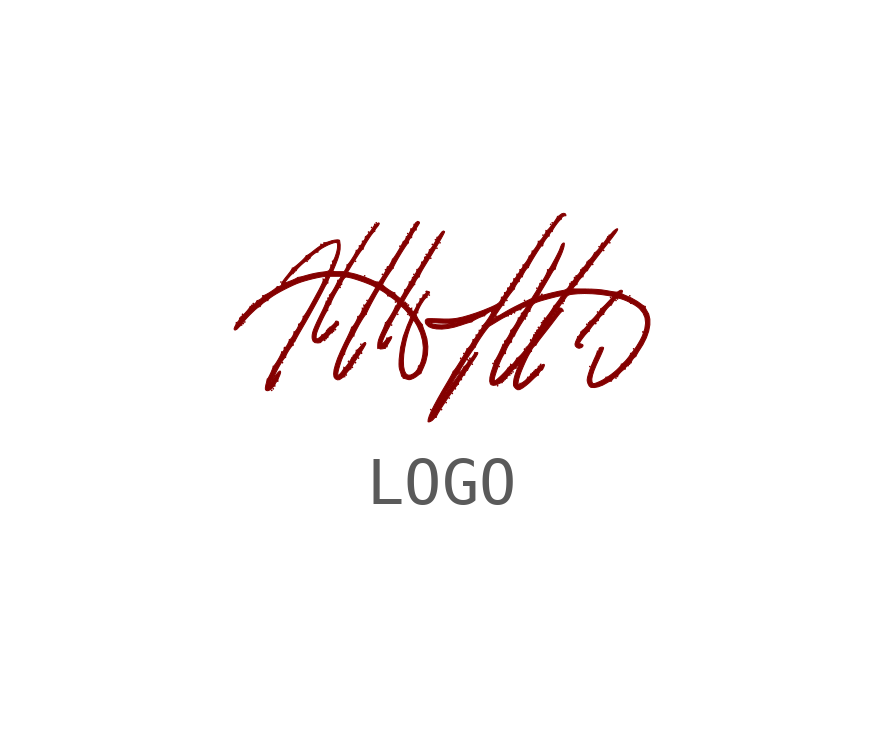
<source format=kicad_sym>
(kicad_symbol_lib
  (version 20220914)
  (generator bitmap2component)
  (symbol "LOGO"
    (pin_names
      (offset 1.016))
    (property "Reference" "#G"
      (at 0 2.678 0)
      (effects (font (size 1.27 1.27)) hide))
    (symbol "LOGO_0_0"
      (polyline (pts (xy -0.204 -2.143) (xy -0.17 -2.122) (xy -0.142 -2.095) (xy -0.138 -2.088) (xy -0.112 -2.063) (xy -0.092 -2.059) (xy -0.085 -2.062) (xy -0.086 -2.052) (xy -0.086 -2.049) (xy -0.076 -2.024) (xy -0.052 -1.979) (xy -0.015 -1.918) (xy 0.03 -1.846) (xy 0.082 -1.766) (xy 0.136 -1.684) (xy 0.192 -1.603) (xy 0.244 -1.528) (xy 0.291 -1.463) (xy 0.33 -1.412) (xy 0.358 -1.38) (xy 0.371 -1.37) (xy 0.379 -1.374) (xy 0.378 -1.363) (xy 0.376 -1.359) (xy 0.38 -1.332) (xy 0.396 -1.302) (xy 0.417 -1.279) (xy 0.436 -1.275) (xy 0.443 -1.278) (xy 0.442 -1.267) (xy 0.44 -1.263) (xy 0.444 -1.236) (xy 0.46 -1.206) (xy 0.481 -1.183) (xy 0.5 -1.179) (xy 0.507 -1.182) (xy 0.508 -1.174) (xy 0.506 -1.165) (xy 0.515 -1.138) (xy 0.531 -1.108) (xy 0.549 -1.085) (xy 0.563 -1.08) (xy 0.566 -1.081) (xy 0.571 -1.066) (xy 0.578 -1.048) (xy 0.601 -1.008) (xy 0.635 -0.954) (xy 0.678 -0.891) (xy 0.705 -0.852) (xy 0.748 -0.787) (xy 0.773 -0.743) (xy 0.781 -0.717) (xy 0.774 -0.707) (xy 0.753 -0.709) (xy 0.734 -0.712) (xy 0.716 -0.707) (xy 0.714 -0.704) (xy 0.714 -0.715) (xy 0.71 -0.73) (xy 0.691 -0.764) (xy 0.661 -0.807) (xy 0.641 -0.832) (xy 0.614 -0.86) (xy 0.595 -0.868) (xy 0.578 -0.86) (xy 0.571 -0.855) (xy 0.56 -0.849) (xy 0.572 -0.866) (xy 0.581 -0.883) (xy 0.576 -0.908) (xy 0.551 -0.946) (xy 0.54 -0.96) (xy 0.514 -0.988) (xy 0.498 -0.997) (xy 0.493 -0.997) (xy 0.485 -1.013) (xy 0.483 -1.019) (xy 0.466 -1.048) (xy 0.435 -1.097) (xy 0.392 -1.16) (xy 0.342 -1.234) (xy 0.286 -1.314) (xy 0.228 -1.395) (xy 0.171 -1.473) (xy 0.142 -1.512) (xy 0.164 -1.472) (xy 0.174 -1.455) (xy 0.214 -1.385) (xy 0.256 -1.316) (xy 0.295 -1.253) (xy 0.329 -1.201) (xy 0.354 -1.165) (xy 0.366 -1.152) (xy 0.371 -1.151) (xy 0.379 -1.132) (xy 0.383 -1.121) (xy 0.401 -1.087) (xy 0.43 -1.036) (xy 0.469 -0.972) (xy 0.513 -0.901) (xy 0.56 -0.828) (xy 0.606 -0.757) (xy 0.648 -0.694) (xy 0.684 -0.644) (xy 0.709 -0.611) (xy 0.72 -0.6) (xy 0.725 -0.602) (xy 0.73 -0.587) (xy 0.737 -0.567) (xy 0.759 -0.526) (xy 0.793 -0.47) (xy 0.834 -0.406) (xy 0.88 -0.339) (xy 0.926 -0.274) (xy 0.968 -0.219) (xy 1.002 -0.177) (xy 1.024 -0.156) (xy 1.05 -0.141) (xy 1.098 -0.112) (xy 1.16 -0.074) (xy 1.228 -0.033) (xy 1.289 0.003) (xy 1.347 0.033) (xy 1.39 0.052) (xy 1.411 0.055) (xy 1.419 0.051) (xy 1.419 0.06) (xy 1.417 0.065) (xy 1.427 0.082) (xy 1.451 0.09) (xy 1.476 0.086) (xy 1.483 0.083) (xy 1.483 0.092) (xy 1.482 0.093) (xy 1.491 0.108) (xy 1.521 0.13) (xy 1.562 0.152) (xy 1.606 0.171) (xy 1.644 0.183) (xy 1.667 0.182) (xy 1.675 0.179) (xy 1.675 0.188) (xy 1.681 0.199) (xy 1.705 0.218) (xy 1.739 0.236) (xy 1.771 0.248) (xy 1.789 0.248) (xy 1.789 0.239) (xy 1.775 0.211) (xy 1.751 0.175) (xy 1.724 0.141) (xy 1.701 0.115) (xy 1.688 0.108) (xy 1.684 0.112) (xy 1.685 0.103) (xy 1.687 0.094) (xy 1.679 0.066) (xy 1.661 0.036) (xy 1.641 0.015) (xy 1.625 0.012) (xy 1.62 0.015) (xy 1.622 0.005) (xy 1.622 0.005) (xy 1.618 -0.018) (xy 1.6 -0.057) (xy 1.574 -0.106) (xy 1.543 -0.157) (xy 1.512 -0.202) (xy 1.486 -0.233) (xy 1.47 -0.244) (xy 1.465 -0.243) (xy 1.464 -0.255) (xy 1.464 -0.267) (xy 1.453 -0.3) (xy 1.431 -0.344) (xy 1.405 -0.39) (xy 1.377 -0.432) (xy 1.354 -0.461) (xy 1.339 -0.469) (xy 1.333 -0.466) (xy 1.334 -0.476) (xy 1.337 -0.483) (xy 1.337 -0.51) (xy 1.326 -0.531) (xy 1.31 -0.535) (xy 1.305 -0.533) (xy 1.3 -0.541) (xy 1.3 -0.543) (xy 1.293 -0.566) (xy 1.276 -0.609) (xy 1.251 -0.663) (xy 1.223 -0.723) (xy 1.194 -0.78) (xy 1.167 -0.829) (xy 1.148 -0.862) (xy 1.137 -0.873) (xy 1.131 -0.877) (xy 1.126 -0.902) (xy 1.124 -0.911) (xy 1.114 -0.951) (xy 1.096 -1.007) (xy 1.074 -1.072) (xy 1.058 -1.118) (xy 1.032 -1.222) (xy 1.028 -1.281) (xy 1.122 -1.281) (xy 1.124 -1.245) (xy 1.139 -1.187) (xy 1.166 -1.102) (xy 1.185 -1.048) (xy 1.22 -0.957) (xy 1.254 -0.875) (xy 1.286 -0.807) (xy 1.314 -0.756) (xy 1.336 -0.727) (xy 1.349 -0.724) (xy 1.358 -0.733) (xy 1.354 -0.716) (xy 1.354 -0.701) (xy 1.365 -0.664) (xy 1.385 -0.618) (xy 1.411 -0.569) (xy 1.437 -0.526) (xy 1.461 -0.498) (xy 1.476 -0.491) (xy 1.484 -0.494) (xy 1.482 -0.483) (xy 1.481 -0.479) (xy 1.484 -0.45) (xy 1.498 -0.413) (xy 1.518 -0.382) (xy 1.537 -0.368) (xy 1.541 -0.368) (xy 1.548 -0.353) (xy 1.548 -0.35) (xy 1.558 -0.324) (xy 1.581 -0.28) (xy 1.613 -0.224) (xy 1.65 -0.161) (xy 1.69 -0.097) (xy 1.728 -0.038) (xy 1.762 0.011) (xy 1.787 0.043) (xy 1.8 0.052) (xy 1.806 0.05) (xy 1.805 0.056) (xy 1.802 0.063) (xy 1.807 0.09) (xy 1.822 0.121) (xy 1.842 0.145) (xy 1.86 0.15) (xy 1.867 0.147) (xy 1.867 0.157) (xy 1.866 0.169) (xy 1.877 0.203) (xy 1.9 0.247) (xy 1.915 0.271) (xy 1.938 0.3) (xy 1.966 0.322) (xy 2.008 0.34) (xy 2.073 0.362) (xy 2.108 0.373) (xy 2.178 0.393) (xy 2.255 0.414) (xy 2.332 0.434) (xy 2.404 0.452) (xy 2.464 0.466) (xy 2.506 0.474) (xy 2.523 0.475) (xy 2.523 0.473) (xy 2.511 0.452) (xy 2.486 0.413) (xy 2.451 0.363) (xy 2.438 0.346) (xy 2.404 0.301) (xy 2.378 0.273) (xy 2.366 0.264) (xy 2.363 0.266) (xy 2.358 0.252) (xy 2.358 0.25) (xy 2.347 0.225) (xy 2.322 0.184) (xy 2.306 0.161) (xy 2.421 0.161) (xy 2.425 0.176) (xy 2.428 0.181) (xy 2.443 0.192) (xy 2.445 0.191) (xy 2.441 0.176) (xy 2.438 0.171) (xy 2.423 0.16) (xy 2.421 0.161) (xy 2.306 0.161) (xy 2.288 0.134) (xy 2.262 0.097) (xy 2.373 0.097) (xy 2.377 0.112) (xy 2.38 0.117) (xy 2.395 0.128) (xy 2.397 0.127) (xy 2.393 0.112) (xy 2.389 0.107) (xy 2.375 0.096) (xy 2.373 0.097) (xy 2.262 0.097) (xy 2.249 0.08) (xy 2.231 0.056) (xy 2.337 0.056) (xy 2.345 0.064) (xy 2.353 0.056) (xy 2.345 0.048) (xy 2.337 0.056) (xy 2.231 0.056) (xy 2.21 0.028) (xy 2.175 -0.015) (xy 2.149 -0.043) (xy 2.136 -0.051) (xy 2.132 -0.048) (xy 2.133 -0.057) (xy 2.134 -0.064) (xy 2.125 -0.092) (xy 2.103 -0.131) (xy 2.076 -0.174) (xy 2.048 -0.213) (xy 2.023 -0.239) (xy 2.009 -0.244) (xy 2.004 -0.241) (xy 2.005 -0.249) (xy 2.007 -0.258) (xy 1.999 -0.286) (xy 1.982 -0.316) (xy 1.961 -0.338) (xy 1.945 -0.34) (xy 1.94 -0.337) (xy 1.942 -0.347) (xy 1.942 -0.347) (xy 1.94 -0.369) (xy 1.923 -0.408) (xy 1.897 -0.457) (xy 1.867 -0.508) (xy 1.836 -0.553) (xy 1.81 -0.585) (xy 1.793 -0.596) (xy 1.786 -0.596) (xy 1.784 -0.608) (xy 1.785 -0.609) (xy 1.778 -0.63) (xy 1.754 -0.665) (xy 1.72 -0.708) (xy 1.682 -0.752) (xy 1.645 -0.79) (xy 1.615 -0.816) (xy 1.598 -0.823) (xy 1.593 -0.821) (xy 1.588 -0.829) (xy 1.585 -0.84) (xy 1.568 -0.872) (xy 1.538 -0.912) (xy 1.538 -0.912) (xy 1.505 -0.951) (xy 1.483 -0.965) (xy 1.47 -0.958) (xy 1.469 -0.957) (xy 1.459 -0.948) (xy 1.46 -0.968) (xy 1.459 -0.987) (xy 1.444 -0.996) (xy 1.436 -0.997) (xy 1.429 -1.012) (xy 1.428 -1.021) (xy 1.411 -1.028) (xy 1.403 -1.028) (xy 1.399 -1.038) (xy 1.394 -1.05) (xy 1.371 -1.08) (xy 1.332 -1.123) (xy 1.282 -1.174) (xy 1.239 -1.215) (xy 1.192 -1.257) (xy 1.156 -1.286) (xy 1.138 -1.296) (xy 1.133 -1.296) (xy 1.122 -1.281) (xy 1.028 -1.281) (xy 1.026 -1.303) (xy 1.041 -1.361) (xy 1.059 -1.38) (xy 1.102 -1.392) (xy 1.156 -1.385) (xy 1.213 -1.36) (xy 1.223 -1.354) (xy 1.259 -1.339) (xy 1.282 -1.337) (xy 1.288 -1.339) (xy 1.293 -1.326) (xy 1.293 -1.317) (xy 1.308 -1.308) (xy 1.317 -1.308) (xy 1.324 -1.292) (xy 1.325 -1.284) (xy 1.34 -1.276) (xy 1.349 -1.276) (xy 1.356 -1.26) (xy 1.358 -1.251) (xy 1.377 -1.246) (xy 1.387 -1.247) (xy 1.388 -1.239) (xy 1.387 -1.223) (xy 1.401 -1.2) (xy 1.425 -1.181) (xy 1.445 -1.179) (xy 1.452 -1.182) (xy 1.449 -1.169) (xy 1.448 -1.159) (xy 1.463 -1.13) (xy 1.49 -1.095) (xy 1.523 -1.062) (xy 1.553 -1.04) (xy 1.574 -1.036) (xy 1.579 -1.038) (xy 1.579 -1.029) (xy 1.579 -1.028) (xy 1.584 -1.006) (xy 1.607 -0.978) (xy 1.607 -0.977) (xy 1.624 -0.963) (xy 1.631 -0.963) (xy 1.627 -0.98) (xy 1.613 -1.019) (xy 1.588 -1.083) (xy 1.587 -1.086) (xy 1.557 -1.17) (xy 1.534 -1.251) (xy 1.524 -1.315) (xy 1.522 -1.351) (xy 1.523 -1.392) (xy 1.535 -1.421) (xy 1.56 -1.449) (xy 1.575 -1.464) (xy 1.609 -1.483) (xy 1.645 -1.481) (xy 1.664 -1.474) (xy 1.718 -1.444) (xy 1.784 -1.395) (xy 1.859 -1.332) (xy 1.935 -1.258) (xy 1.945 -1.248) (xy 1.987 -1.21) (xy 2.02 -1.185) (xy 2.038 -1.18) (xy 2.044 -1.182) (xy 2.043 -1.173) (xy 2.042 -1.168) (xy 2.05 -1.142) (xy 2.069 -1.111) (xy 2.091 -1.085) (xy 2.11 -1.077) (xy 2.113 -1.077) (xy 2.12 -1.071) (xy 2.113 -1.064) (xy 2.121 -1.056) (xy 2.128 -1.064) (xy 2.137 -1.044) (xy 2.155 -1.01) (xy 2.157 -1.005) (xy 2.168 -0.969) (xy 2.158 -0.953) (xy 2.129 -0.96) (xy 2.112 -0.968) (xy 2.145 -0.968) (xy 2.153 -0.96) (xy 2.161 -0.968) (xy 2.153 -0.976) (xy 2.145 -0.968) (xy 2.112 -0.968) (xy 2.106 -0.972) (xy 2.086 -0.974) (xy 2.09 -0.956) (xy 2.094 -0.947) (xy 2.087 -0.95) (xy 2.083 -0.954) (xy 2.072 -0.982) (xy 2.069 -0.99) (xy 2.048 -0.995) (xy 2.038 -0.994) (xy 2.037 -1.002) (xy 2.038 -1.017) (xy 2.024 -1.04) (xy 2.002 -1.06) (xy 1.982 -1.063) (xy 1.976 -1.061) (xy 1.972 -1.075) (xy 1.972 -1.084) (xy 1.957 -1.092) (xy 1.948 -1.093) (xy 1.941 -1.108) (xy 1.94 -1.116) (xy 1.925 -1.124) (xy 1.917 -1.125) (xy 1.909 -1.14) (xy 1.907 -1.15) (xy 1.889 -1.155) (xy 1.878 -1.154) (xy 1.877 -1.162) (xy 1.879 -1.178) (xy 1.863 -1.201) (xy 1.841 -1.219) (xy 1.82 -1.222) (xy 1.814 -1.219) (xy 1.814 -1.228) (xy 1.811 -1.243) (xy 1.79 -1.27) (xy 1.755 -1.301) (xy 1.717 -1.329) (xy 1.683 -1.348) (xy 1.662 -1.351) (xy 1.654 -1.347) (xy 1.654 -1.356) (xy 1.656 -1.366) (xy 1.64 -1.382) (xy 1.629 -1.383) (xy 1.618 -1.365) (xy 1.619 -1.322) (xy 1.633 -1.256) (xy 1.659 -1.171) (xy 1.663 -1.157) (xy 1.691 -1.084) (xy 1.724 -1.005) (xy 1.759 -0.925) (xy 1.795 -0.848) (xy 1.829 -0.78) (xy 1.859 -0.727) (xy 1.881 -0.693) (xy 1.893 -0.683) (xy 1.9 -0.686) (xy 1.898 -0.674) (xy 1.899 -0.657) (xy 1.915 -0.625) (xy 1.941 -0.591) (xy 1.968 -0.565) (xy 1.988 -0.557) (xy 1.992 -0.557) (xy 1.995 -0.548) (xy 1.997 -0.541) (xy 2.015 -0.511) (xy 2.048 -0.464) (xy 2.093 -0.404) (xy 2.147 -0.336) (xy 2.161 -0.317) (xy 2.23 -0.23) (xy 2.301 -0.139) (xy 2.367 -0.052) (xy 2.421 0.019) (xy 2.459 0.069) (xy 2.504 0.122) (xy 2.534 0.151) (xy 2.548 0.155) (xy 2.555 0.147) (xy 2.561 0.153) (xy 2.561 0.154) (xy 2.548 0.189) (xy 2.519 0.215) (xy 2.485 0.22) (xy 2.472 0.218) (xy 2.467 0.225) (xy 2.478 0.247) (xy 2.508 0.29) (xy 2.535 0.325) (xy 2.562 0.352) (xy 2.578 0.359) (xy 2.584 0.358) (xy 2.585 0.371) (xy 2.584 0.378) (xy 2.596 0.408) (xy 2.622 0.445) (xy 2.633 0.459) (xy 2.653 0.478) (xy 2.676 0.491) (xy 2.71 0.5) (xy 2.762 0.507) (xy 2.839 0.514) (xy 2.856 0.516) (xy 3.004 0.521) (xy 3.168 0.516) (xy 3.335 0.502) (xy 3.492 0.479) (xy 3.599 0.459) (xy 3.478 0.33) (xy 3.436 0.285) (xy 3.392 0.242) (xy 3.359 0.214) (xy 3.342 0.204) (xy 3.337 0.205) (xy 3.335 0.195) (xy 3.333 0.184) (xy 3.315 0.154) (xy 3.283 0.113) (xy 3.244 0.066) (xy 3.203 0.019) (xy 3.164 -0.021) (xy 3.135 -0.047) (xy 3.119 -0.055) (xy 3.112 -0.053) (xy 3.109 -0.067) (xy 3.108 -0.076) (xy 3.092 -0.084) (xy 3.083 -0.084) (xy 3.081 -0.096) (xy 3.08 -0.107) (xy 3.064 -0.137) (xy 3.036 -0.173) (xy 3.004 -0.209) (xy 2.976 -0.236) (xy 2.957 -0.244) (xy 2.953 -0.244) (xy 2.949 -0.26) (xy 2.949 -0.269) (xy 2.932 -0.276) (xy 2.923 -0.276) (xy 2.921 -0.288) (xy 2.922 -0.294) (xy 2.915 -0.319) (xy 2.896 -0.348) (xy 2.875 -0.371) (xy 2.859 -0.376) (xy 2.857 -0.374) (xy 2.856 -0.378) (xy 2.857 -0.383) (xy 2.85 -0.41) (xy 2.832 -0.45) (xy 2.82 -0.476) (xy 2.803 -0.531) (xy 2.81 -0.571) (xy 2.841 -0.602) (xy 2.859 -0.612) (xy 2.89 -0.62) (xy 2.93 -0.608) (xy 2.953 -0.595) (xy 2.972 -0.569) (xy 2.966 -0.545) (xy 2.933 -0.531) (xy 2.91 -0.525) (xy 2.897 -0.513) (xy 2.898 -0.508) (xy 2.913 -0.479) (xy 2.941 -0.438) (xy 2.976 -0.391) (xy 3.014 -0.343) (xy 3.05 -0.302) (xy 3.078 -0.274) (xy 3.093 -0.266) (xy 3.1 -0.27) (xy 3.099 -0.26) (xy 3.099 -0.259) (xy 3.106 -0.237) (xy 3.129 -0.201) (xy 3.163 -0.157) (xy 3.201 -0.113) (xy 3.238 -0.075) (xy 3.268 -0.049) (xy 3.285 -0.043) (xy 3.292 -0.045) (xy 3.291 -0.035) (xy 3.29 -0.032) (xy 3.298 -0.007) (xy 3.32 0.026) (xy 3.349 0.058) (xy 3.378 0.081) (xy 3.397 0.086) (xy 3.405 0.083) (xy 3.402 0.094) (xy 3.402 0.102) (xy 3.415 0.13) (xy 3.441 0.168) (xy 3.474 0.21) (xy 3.509 0.247) (xy 3.538 0.273) (xy 3.555 0.279) (xy 3.56 0.277) (xy 3.566 0.285) (xy 3.568 0.296) (xy 3.586 0.327) (xy 3.615 0.367) (xy 3.635 0.391) (xy 3.662 0.418) (xy 3.687 0.427) (xy 3.719 0.423) (xy 3.76 0.412) (xy 3.816 0.393) (xy 3.871 0.371) (xy 3.919 0.349) (xy 3.951 0.331) (xy 3.96 0.319) (xy 3.959 0.313) (xy 3.974 0.313) (xy 3.976 0.313) (xy 4.002 0.306) (xy 4.043 0.283) (xy 4.093 0.25) (xy 4.146 0.206) (xy 4.218 0.118) (xy 4.261 0.019) (xy 4.274 -0.093) (xy 4.257 -0.216) (xy 4.211 -0.351) (xy 4.201 -0.374) (xy 4.168 -0.441) (xy 4.128 -0.511) (xy 4.087 -0.579) (xy 4.046 -0.64) (xy 4.01 -0.688) (xy 3.982 -0.719) (xy 3.966 -0.726) (xy 3.958 -0.723) (xy 3.959 -0.733) (xy 3.96 -0.734) (xy 3.953 -0.756) (xy 3.93 -0.792) (xy 3.896 -0.835) (xy 3.858 -0.88) (xy 3.821 -0.918) (xy 3.791 -0.944) (xy 3.774 -0.95) (xy 3.767 -0.947) (xy 3.766 -0.955) (xy 3.766 -0.964) (xy 3.749 -0.992) (xy 3.714 -1.03) (xy 3.668 -1.075) (xy 3.615 -1.121) (xy 3.561 -1.163) (xy 3.513 -1.198) (xy 3.475 -1.219) (xy 3.453 -1.222) (xy 3.447 -1.219) (xy 3.446 -1.228) (xy 3.446 -1.228) (xy 3.438 -1.243) (xy 3.406 -1.266) (xy 3.357 -1.293) (xy 3.304 -1.318) (xy 3.245 -1.343) (xy 3.206 -1.355) (xy 3.181 -1.354) (xy 3.167 -1.342) (xy 3.157 -1.317) (xy 3.153 -1.261) (xy 3.167 -1.185) (xy 3.198 -1.087) (xy 3.248 -0.965) (xy 3.315 -0.82) (xy 3.325 -0.799) (xy 3.357 -0.728) (xy 3.382 -0.669) (xy 3.397 -0.626) (xy 3.4 -0.607) (xy 3.383 -0.597) (xy 3.35 -0.597) (xy 3.318 -0.608) (xy 3.311 -0.616) (xy 3.313 -0.616) (xy 3.321 -0.608) (xy 3.329 -0.616) (xy 3.321 -0.624) (xy 3.313 -0.616) (xy 3.311 -0.616) (xy 3.304 -0.625) (xy 3.303 -0.629) (xy 3.299 -0.668) (xy 3.291 -0.682) (xy 3.277 -0.679) (xy 3.268 -0.674) (xy 3.268 -0.679) (xy 3.268 -0.689) (xy 3.257 -0.723) (xy 3.237 -0.775) (xy 3.208 -0.837) (xy 3.198 -0.86) (xy 3.153 -0.964) (xy 3.114 -1.063) (xy 3.084 -1.154) (xy 3.064 -1.228) (xy 3.057 -1.28) (xy 3.059 -1.304) (xy 3.074 -1.358) (xy 3.099 -1.405) (xy 3.13 -1.431) (xy 3.141 -1.434) (xy 3.207 -1.438) (xy 3.288 -1.422) (xy 3.379 -1.388) (xy 3.474 -1.336) (xy 3.495 -1.323) (xy 3.532 -1.307) (xy 3.554 -1.305) (xy 3.56 -1.308) (xy 3.566 -1.3) (xy 3.571 -1.284) (xy 3.595 -1.257) (xy 3.629 -1.231) (xy 3.662 -1.212) (xy 3.685 -1.21) (xy 3.694 -1.214) (xy 3.693 -1.208) (xy 3.692 -1.204) (xy 3.701 -1.182) (xy 3.727 -1.149) (xy 3.761 -1.113) (xy 3.798 -1.079) (xy 3.829 -1.057) (xy 3.848 -1.052) (xy 3.854 -1.055) (xy 3.853 -1.048) (xy 3.852 -1.033) (xy 3.866 -1.009) (xy 3.888 -0.989) (xy 3.908 -0.986) (xy 3.914 -0.988) (xy 3.918 -0.974) (xy 3.918 -0.964) (xy 3.933 -0.956) (xy 3.941 -0.956) (xy 3.949 -0.94) (xy 3.95 -0.932) (xy 3.966 -0.925) (xy 3.975 -0.925) (xy 3.977 -0.912) (xy 3.979 -0.896) (xy 3.996 -0.865) (xy 4.021 -0.831) (xy 4.047 -0.804) (xy 4.065 -0.795) (xy 4.069 -0.795) (xy 4.077 -0.779) (xy 4.081 -0.768) (xy 4.099 -0.734) (xy 4.129 -0.684) (xy 4.167 -0.625) (xy 4.22 -0.541) (xy 4.291 -0.399) (xy 4.339 -0.261) (xy 4.363 -0.131) (xy 4.363 -0.012) (xy 4.338 0.094) (xy 4.287 0.183) (xy 4.287 0.184) (xy 4.268 0.218) (xy 4.267 0.244) (xy 4.271 0.253) (xy 4.266 0.253) (xy 4.25 0.256) (xy 4.216 0.275) (xy 4.173 0.306) (xy 4.108 0.353) (xy 3.98 0.426) (xy 3.837 0.488) (xy 3.805 0.501) (xy 3.777 0.519) (xy 3.776 0.534) (xy 3.79 0.552) (xy 3.793 0.576) (xy 3.776 0.589) (xy 3.746 0.587) (xy 3.712 0.567) (xy 3.704 0.56) (xy 3.688 0.553) (xy 3.664 0.55) (xy 3.626 0.554) (xy 3.569 0.562) (xy 3.486 0.577) (xy 3.469 0.58) (xy 3.367 0.596) (xy 3.266 0.606) (xy 3.154 0.612) (xy 3.021 0.615) (xy 2.953 0.615) (xy 2.873 0.616) (xy 2.81 0.616) (xy 2.768 0.617) (xy 2.753 0.617) (xy 2.757 0.627) (xy 2.776 0.652) (xy 2.802 0.681) (xy 2.826 0.702) (xy 2.84 0.708) (xy 2.844 0.705) (xy 2.846 0.714) (xy 2.848 0.73) (xy 2.865 0.763) (xy 2.891 0.802) (xy 2.921 0.838) (xy 2.947 0.864) (xy 2.965 0.87) (xy 2.971 0.867) (xy 2.972 0.875) (xy 2.973 0.893) (xy 2.989 0.925) (xy 3.014 0.96) (xy 3.04 0.987) (xy 3.059 0.996) (xy 3.064 0.995) (xy 3.067 1.005) (xy 3.068 1.01) (xy 3.084 1.037) (xy 3.117 1.084) (xy 3.164 1.148) (xy 3.223 1.226) (xy 3.292 1.315) (xy 3.368 1.413) (xy 3.434 1.498) (xy 3.514 1.6) (xy 3.576 1.681) (xy 3.623 1.744) (xy 3.657 1.79) (xy 3.679 1.824) (xy 3.69 1.847) (xy 3.693 1.861) (xy 3.69 1.869) (xy 3.689 1.87) (xy 3.668 1.866) (xy 3.641 1.849) (xy 3.665 1.849) (xy 3.673 1.857) (xy 3.681 1.849) (xy 3.673 1.841) (xy 3.665 1.849) (xy 3.641 1.849) (xy 3.636 1.845) (xy 3.599 1.814) (xy 3.567 1.777) (xy 3.561 1.77) (xy 3.536 1.744) (xy 3.518 1.738) (xy 3.512 1.74) (xy 3.509 1.726) (xy 3.508 1.717) (xy 3.492 1.709) (xy 3.483 1.709) (xy 3.48 1.698) (xy 3.48 1.697) (xy 3.473 1.677) (xy 3.451 1.642) (xy 3.421 1.6) (xy 3.389 1.561) (xy 3.36 1.532) (xy 3.354 1.529) (xy 3.361 1.54) (xy 3.368 1.549) (xy 3.377 1.576) (xy 3.377 1.576) (xy 3.37 1.577) (xy 3.357 1.56) (xy 3.343 1.533) (xy 3.335 1.508) (xy 3.334 1.504) (xy 3.318 1.477) (xy 3.291 1.442) (xy 3.259 1.407) (xy 3.231 1.381) (xy 3.214 1.372) (xy 3.212 1.373) (xy 3.205 1.364) (xy 3.201 1.35) (xy 3.183 1.318) (xy 3.156 1.28) (xy 3.127 1.244) (xy 3.101 1.218) (xy 3.086 1.21) (xy 3.08 1.212) (xy 3.077 1.198) (xy 3.076 1.188) (xy 3.06 1.181) (xy 3.051 1.181) (xy 3.049 1.168) (xy 3.047 1.152) (xy 3.03 1.121) (xy 3.004 1.087) (xy 2.978 1.061) (xy 2.958 1.052) (xy 2.953 1.052) (xy 2.949 1.036) (xy 2.949 1.028) (xy 2.932 1.021) (xy 2.923 1.021) (xy 2.921 1.009) (xy 2.921 1.008) (xy 2.918 0.985) (xy 2.899 0.953) (xy 2.873 0.92) (xy 2.847 0.896) (xy 2.829 0.891) (xy 2.822 0.894) (xy 2.822 0.885) (xy 2.821 0.868) (xy 2.803 0.836) (xy 2.776 0.797) (xy 2.746 0.762) (xy 2.718 0.737) (xy 2.7 0.731) (xy 2.693 0.734) (xy 2.695 0.723) (xy 2.697 0.716) (xy 2.688 0.687) (xy 2.665 0.65) (xy 2.645 0.626) (xy 2.616 0.604) (xy 2.577 0.589) (xy 2.516 0.577) (xy 2.476 0.57) (xy 2.401 0.553) (xy 2.314 0.533) (xy 2.229 0.511) (xy 2.163 0.494) (xy 2.102 0.478) (xy 2.06 0.468) (xy 2.042 0.464) (xy 2.042 0.465) (xy 2.05 0.483) (xy 2.071 0.522) (xy 2.103 0.578) (xy 2.143 0.644) (xy 2.187 0.718) (xy 2.235 0.8) (xy 2.279 0.875) (xy 2.311 0.932) (xy 2.316 0.94) (xy 2.347 0.991) (xy 2.373 1.022) (xy 2.389 1.03) (xy 2.396 1.027) (xy 2.395 1.036) (xy 2.395 1.037) (xy 2.399 1.06) (xy 2.415 1.105) (xy 2.44 1.165) (xy 2.473 1.235) (xy 2.507 1.308) (xy 2.539 1.385) (xy 2.562 1.452) (xy 2.575 1.499) (xy 2.58 1.538) (xy 2.582 1.566) (xy 2.574 1.574) (xy 2.556 1.57) (xy 2.552 1.568) (xy 2.526 1.541) (xy 2.505 1.495) (xy 2.497 1.472) (xy 2.482 1.431) (xy 2.46 1.383) (xy 2.429 1.321) (xy 2.388 1.242) (xy 2.332 1.14) (xy 2.303 1.088) (xy 2.271 1.037) (xy 2.249 1.012) (xy 2.236 1.012) (xy 2.228 1.021) (xy 2.231 1.003) (xy 2.232 0.996) (xy 2.223 0.964) (xy 2.203 0.918) (xy 2.175 0.865) (xy 2.145 0.813) (xy 2.115 0.769) (xy 2.09 0.739) (xy 2.075 0.732) (xy 2.069 0.734) (xy 2.071 0.724) (xy 2.069 0.71) (xy 2.054 0.674) (xy 2.028 0.622) (xy 1.992 0.561) (xy 1.902 0.417) (xy 1.675 0.307) (xy 1.651 0.295) (xy 1.557 0.248) (xy 1.463 0.199) (xy 1.379 0.152) (xy 1.314 0.114) (xy 1.312 0.113) (xy 1.247 0.074) (xy 1.204 0.052) (xy 1.178 0.045) (xy 1.164 0.051) (xy 1.155 0.062) (xy 1.158 0.046) (xy 1.151 0.018) (xy 1.118 -0.015) (xy 1.115 -0.018) (xy 1.1 -0.026) (xy 1.098 -0.019) (xy 1.111 0.007) (xy 1.14 0.053) (xy 1.186 0.123) (xy 1.194 0.134) (xy 1.237 0.198) (xy 1.274 0.251) (xy 1.302 0.287) (xy 1.315 0.301) (xy 1.317 0.302) (xy 1.328 0.322) (xy 1.334 0.337) (xy 1.355 0.373) (xy 1.387 0.42) (xy 1.424 0.473) (xy 1.463 0.525) (xy 1.498 0.57) (xy 1.525 0.601) (xy 1.539 0.612) (xy 1.544 0.611) (xy 1.545 0.623) (xy 1.545 0.636) (xy 1.558 0.667) (xy 1.579 0.705) (xy 1.604 0.742) (xy 1.626 0.767) (xy 1.641 0.772) (xy 1.645 0.768) (xy 1.644 0.777) (xy 1.642 0.787) (xy 1.65 0.815) (xy 1.668 0.844) (xy 1.688 0.866) (xy 1.703 0.868) (xy 1.708 0.865) (xy 1.71 0.875) (xy 1.71 0.877) (xy 1.716 0.904) (xy 1.736 0.943) (xy 1.762 0.987) (xy 1.789 1.027) (xy 1.814 1.054) (xy 1.829 1.062) (xy 1.836 1.059) (xy 1.835 1.069) (xy 1.839 1.083) (xy 1.857 1.12) (xy 1.887 1.173) (xy 1.924 1.236) (xy 1.966 1.305) (xy 2.009 1.374) (xy 2.05 1.437) (xy 2.084 1.488) (xy 2.11 1.524) (xy 2.123 1.536) (xy 2.125 1.535) (xy 2.119 1.518) (xy 2.115 1.509) (xy 2.127 1.511) (xy 2.134 1.517) (xy 2.136 1.537) (xy 2.135 1.54) (xy 2.143 1.565) (xy 2.163 1.603) (xy 2.191 1.645) (xy 2.22 1.684) (xy 2.245 1.711) (xy 2.261 1.718) (xy 2.267 1.715) (xy 2.268 1.723) (xy 2.266 1.732) (xy 2.274 1.758) (xy 2.292 1.788) (xy 2.312 1.81) (xy 2.329 1.813) (xy 2.333 1.809) (xy 2.332 1.818) (xy 2.331 1.822) (xy 2.341 1.847) (xy 2.365 1.888) (xy 2.398 1.936) (xy 2.434 1.985) (xy 2.47 2.029) (xy 2.498 2.058) (xy 2.515 2.068) (xy 2.52 2.068) (xy 2.522 2.078) (xy 2.524 2.096) (xy 2.544 2.12) (xy 2.573 2.137) (xy 2.598 2.14) (xy 2.614 2.14) (xy 2.613 2.162) (xy 2.602 2.181) (xy 2.571 2.192) (xy 2.53 2.183) (xy 2.489 2.154) (xy 2.485 2.15) (xy 2.457 2.129) (xy 2.44 2.126) (xy 2.437 2.129) (xy 2.436 2.12) (xy 2.43 2.103) (xy 2.408 2.066) (xy 2.373 2.015) (xy 2.329 1.956) (xy 2.287 1.902) (xy 2.245 1.853) (xy 2.218 1.829) (xy 2.204 1.829) (xy 2.196 1.837) (xy 2.199 1.821) (xy 2.199 1.82) (xy 2.195 1.794) (xy 2.176 1.755) (xy 2.148 1.71) (xy 2.116 1.665) (xy 2.085 1.629) (xy 2.059 1.606) (xy 2.044 1.605) (xy 2.036 1.613) (xy 2.039 1.597) (xy 2.039 1.589) (xy 2.03 1.558) (xy 2.009 1.517) (xy 1.981 1.473) (xy 1.953 1.435) (xy 1.928 1.409) (xy 1.912 1.405) (xy 1.908 1.408) (xy 1.909 1.399) (xy 1.91 1.39) (xy 1.902 1.363) (xy 1.886 1.332) (xy 1.867 1.309) (xy 1.854 1.304) (xy 1.851 1.306) (xy 1.846 1.292) (xy 1.839 1.269) (xy 1.82 1.231) (xy 1.794 1.188) (xy 1.765 1.149) (xy 1.74 1.122) (xy 1.725 1.115) (xy 1.717 1.118) (xy 1.719 1.107) (xy 1.721 1.103) (xy 1.717 1.076) (xy 1.701 1.046) (xy 1.679 1.023) (xy 1.66 1.019) (xy 1.653 1.022) (xy 1.655 1.011) (xy 1.657 1.007) (xy 1.653 0.98) (xy 1.637 0.95) (xy 1.615 0.927) (xy 1.596 0.923) (xy 1.589 0.926) (xy 1.591 0.915) (xy 1.593 0.911) (xy 1.589 0.884) (xy 1.573 0.854) (xy 1.551 0.831) (xy 1.532 0.827) (xy 1.525 0.83) (xy 1.527 0.819) (xy 1.529 0.815) (xy 1.525 0.788) (xy 1.509 0.758) (xy 1.487 0.735) (xy 1.468 0.731) (xy 1.461 0.734) (xy 1.463 0.723) (xy 1.465 0.719) (xy 1.461 0.692) (xy 1.445 0.662) (xy 1.423 0.639) (xy 1.404 0.635) (xy 1.397 0.638) (xy 1.399 0.627) (xy 1.401 0.623) (xy 1.397 0.596) (xy 1.381 0.566) (xy 1.359 0.543) (xy 1.34 0.539) (xy 1.333 0.542) (xy 1.335 0.531) (xy 1.337 0.526) (xy 1.333 0.5) (xy 1.317 0.469) (xy 1.295 0.447) (xy 1.276 0.443) (xy 1.269 0.446) (xy 1.27 0.435) (xy 1.272 0.429) (xy 1.265 0.4) (xy 1.245 0.361) (xy 1.24 0.354) (xy 1.215 0.325) (xy 1.178 0.298) (xy 1.124 0.269) (xy 1.046 0.233) (xy 1.038 0.23) (xy 0.895 0.171) (xy 0.748 0.117) (xy 0.604 0.07) (xy 0.472 0.032) (xy 0.36 0.008) (xy 0.321 0.001) (xy 0.249 -0.007) (xy 0.173 -0.011) (xy 0.082 -0.011) (xy -0.033 -0.007) (xy -0.126 -0.004) (xy -0.196 -0.002) (xy -0.243 -0.003) (xy -0.273 -0.006) (xy -0.292 -0.013) (xy -0.303 -0.023) (xy -0.316 -0.049) (xy -0.311 -0.091) (xy -0.211 -0.091) (xy -0.209 -0.084) (xy -0.183 -0.083) (xy -0.13 -0.087) (xy -0.112 -0.088) (xy -0.047 -0.092) (xy 0.295 -0.092) (xy 0.301 -0.085) (xy 0.31 -0.083) (xy 0.332 -0.086) (xy 0.332 -0.092) (xy 0.311 -0.095) (xy 0.295 -0.092) (xy -0.047 -0.092) (xy -0.04 -0.093) (xy 0.044 -0.096) (xy 0.126 -0.098) (xy 0.134 -0.098) (xy 0.199 -0.099) (xy 0.235 -0.102) (xy 0.242 -0.106) (xy 0.224 -0.112) (xy 0.213 -0.114) (xy 0.117 -0.129) (xy 0.019 -0.134) (xy -0.072 -0.13) (xy -0.149 -0.118) (xy -0.203 -0.097) (xy -0.211 -0.091) (xy -0.311 -0.091) (xy -0.311 -0.091) (xy -0.295 -0.122) (xy -0.245 -0.169) (xy -0.172 -0.2) (xy -0.078 -0.217) (xy 0.033 -0.22) (xy 0.157 -0.207) (xy 0.292 -0.179) (xy 0.434 -0.136) (xy 0.489 -0.117) (xy 0.555 -0.096) (xy 0.606 -0.081) (xy 0.635 -0.075) (xy 0.655 -0.071) (xy 0.664 -0.063) (xy 0.663 -0.062) (xy 0.676 -0.05) (xy 0.71 -0.03) (xy 0.756 -0.006) (xy 0.808 0.019) (xy 0.857 0.039) (xy 0.894 0.053) (xy 0.914 0.055) (xy 0.919 0.053) (xy 0.925 0.063) (xy 0.925 0.064) (xy 0.939 0.081) (xy 0.973 0.108) (xy 1.022 0.138) (xy 1.025 0.14) (xy 1.075 0.167) (xy 1.102 0.179) (xy 1.111 0.177) (xy 1.105 0.162) (xy 1.092 0.14) (xy 1.079 0.128) (xy 1.076 0.13) (xy 1.082 0.146) (xy 1.086 0.156) (xy 1.075 0.153) (xy 1.067 0.147) (xy 1.065 0.128) (xy 1.063 0.114) (xy 1.047 0.08) (xy 1.02 0.034) (xy 0.986 -0.018) (xy 0.95 -0.069) (xy 0.917 -0.112) (xy 0.89 -0.141) (xy 0.876 -0.149) (xy 0.869 -0.146) (xy 0.871 -0.157) (xy 0.872 -0.162) (xy 0.869 -0.188) (xy 0.853 -0.219) (xy 0.831 -0.242) (xy 0.812 -0.245) (xy 0.805 -0.242) (xy 0.806 -0.253) (xy 0.808 -0.258) (xy 0.805 -0.284) (xy 0.788 -0.315) (xy 0.767 -0.338) (xy 0.748 -0.342) (xy 0.741 -0.339) (xy 0.742 -0.349) (xy 0.744 -0.354) (xy 0.741 -0.38) (xy 0.724 -0.411) (xy 0.703 -0.434) (xy 0.684 -0.438) (xy 0.677 -0.435) (xy 0.678 -0.445) (xy 0.679 -0.449) (xy 0.673 -0.475) (xy 0.653 -0.514) (xy 0.627 -0.557) (xy 0.598 -0.596) (xy 0.572 -0.623) (xy 0.556 -0.629) (xy 0.549 -0.627) (xy 0.551 -0.638) (xy 0.547 -0.654) (xy 0.529 -0.691) (xy 0.5 -0.744) (xy 0.464 -0.807) (xy 0.423 -0.875) (xy 0.381 -0.942) (xy 0.342 -1.003) (xy 0.308 -1.053) (xy 0.283 -1.085) (xy 0.271 -1.095) (xy 0.267 -1.095) (xy 0.261 -1.11) (xy 0.261 -1.111) (xy 0.252 -1.135) (xy 0.229 -1.179) (xy 0.196 -1.238) (xy 0.157 -1.306) (xy 0.05 -1.487) (xy 0.013 -1.551) (xy 0.116 -1.551) (xy 0.12 -1.536) (xy 0.123 -1.532) (xy 0.138 -1.52) (xy 0.14 -1.522) (xy 0.136 -1.536) (xy 0.133 -1.541) (xy 0.118 -1.552) (xy 0.116 -1.551) (xy 0.013 -1.551) (xy -0.001 -1.577) (xy 0.096 -1.577) (xy 0.104 -1.569) (xy 0.112 -1.577) (xy 0.104 -1.585) (xy 0.096 -1.577) (xy -0.001 -1.577) (xy -0.049 -1.661) (xy -0.129 -1.809) (xy -0.19 -1.932) (xy -0.232 -2.029) (xy -0.254 -2.101) (xy -0.257 -2.137) (xy -0.256 -2.137) (xy -0.248 -2.129) (xy -0.24 -2.137) (xy -0.248 -2.145) (xy -0.256 -2.137) (xy -0.257 -2.137) (xy -0.258 -2.147) (xy -0.256 -2.151) (xy -0.236 -2.154) (xy -0.204 -2.143)) (stroke (width 0.01) (type default)) (fill (type outline)))
      (polyline (pts (xy -0.192 -1.897) (xy -0.2 -1.889) (xy -0.208 -1.897) (xy -0.2 -1.905) (xy -0.192 -1.897)) (stroke (width 0.01) (type default)) (fill (type outline)))
      (polyline (pts (xy 0.032 -1.897) (xy 0.024 -1.889) (xy 0.016 -1.897) (xy 0.024 -1.905) (xy 0.032 -1.897)) (stroke (width 0.01) (type default)) (fill (type outline)))
      (polyline (pts (xy 0.128 -1.752) (xy 0.12 -1.744) (xy 0.112 -1.752) (xy 0.12 -1.76) (xy 0.128 -1.752)) (stroke (width 0.01) (type default)) (fill (type outline)))
      (polyline (pts (xy 0.192 -1.657) (xy 0.184 -1.649) (xy 0.176 -1.657) (xy 0.184 -1.665) (xy 0.192 -1.657)) (stroke (width 0.01) (type default)) (fill (type outline)))
      (polyline (pts (xy 0.256 -1.56) (xy 0.248 -1.552) (xy 0.24 -1.56) (xy 0.248 -1.569) (xy 0.256 -1.56)) (stroke (width 0.01) (type default)) (fill (type outline)))
      (polyline (pts (xy -3.551 -1.487) (xy -3.508 -1.45) (xy -3.493 -1.433) (xy -3.464 -1.41) (xy -3.447 -1.406) (xy -3.442 -1.409) (xy -3.444 -1.402) (xy -3.448 -1.394) (xy -3.443 -1.367) (xy -3.427 -1.335) (xy -3.408 -1.311) (xy -3.39 -1.306) (xy -3.382 -1.31) (xy -3.383 -1.299) (xy -3.384 -1.297) (xy -3.382 -1.268) (xy -3.368 -1.23) (xy -3.343 -1.175) (xy -3.328 -1.126) (xy -3.33 -1.098) (xy -3.346 -1.093) (xy -3.375 -1.115) (xy -3.415 -1.165) (xy -3.43 -1.185) (xy -3.465 -1.235) (xy -3.484 -1.258) (xy -3.487 -1.254) (xy -3.474 -1.224) (xy -3.448 -1.168) (xy -3.446 -1.165) (xy -3.397 -1.068) (xy -3.35 -0.981) (xy -3.307 -0.908) (xy -3.271 -0.853) (xy -3.244 -0.819) (xy -3.229 -0.811) (xy -3.222 -0.814) (xy -3.223 -0.804) (xy -3.224 -0.8) (xy -3.217 -0.774) (xy -3.198 -0.733) (xy -3.17 -0.684) (xy -3.139 -0.635) (xy -3.108 -0.592) (xy -3.083 -0.563) (xy -3.068 -0.555) (xy -3.062 -0.558) (xy -3.062 -0.548) (xy -3.066 -0.541) (xy -3.065 -0.515) (xy -3.056 -0.492) (xy -3.042 -0.487) (xy -3.037 -0.489) (xy -3.03 -0.475) (xy -3.026 -0.466) (xy -3.009 -0.431) (xy -2.98 -0.378) (xy -2.942 -0.31) (xy -2.898 -0.234) (xy -2.874 -0.193) (xy -2.805 -0.074) (xy -2.732 0.055) (xy -2.659 0.187) (xy -2.587 0.317) (xy -2.522 0.437) (xy -2.466 0.543) (xy -2.423 0.627) (xy -2.411 0.651) (xy -2.383 0.7) (xy -2.361 0.732) (xy -2.347 0.741) (xy -2.341 0.738) (xy -2.342 0.749) (xy -2.344 0.753) (xy -2.341 0.783) (xy -2.326 0.823) (xy -2.299 0.88) (xy -2.181 0.88) (xy -2.063 0.88) (xy -2.091 0.833) (xy -2.094 0.828) (xy -2.117 0.801) (xy -2.134 0.796) (xy -2.14 0.798) (xy -2.139 0.789) (xy -2.14 0.777) (xy -2.152 0.742) (xy -2.176 0.694) (xy -2.205 0.639) (xy -2.237 0.584) (xy -2.267 0.536) (xy -2.292 0.504) (xy -2.306 0.493) (xy -2.312 0.493) (xy -2.314 0.482) (xy -2.311 0.476) (xy -2.311 0.451) (xy -2.324 0.429) (xy -2.341 0.427) (xy -2.347 0.43) (xy -2.347 0.42) (xy -2.344 0.413) (xy -2.344 0.386) (xy -2.356 0.365) (xy -2.373 0.363) (xy -2.379 0.365) (xy -2.379 0.356) (xy -2.382 0.341) (xy -2.396 0.301) (xy -2.421 0.242) (xy -2.455 0.169) (xy -2.496 0.086) (xy -2.516 0.045) (xy -2.57 -0.067) (xy -2.611 -0.158) (xy -2.641 -0.23) (xy -2.66 -0.289) (xy -2.67 -0.338) (xy -2.673 -0.381) (xy -2.67 -0.42) (xy -2.651 -0.473) (xy -2.613 -0.502) (xy -2.553 -0.509) (xy -2.533 -0.507) (xy -2.5 -0.502) (xy -2.49 -0.498) (xy -2.485 -0.486) (xy -2.462 -0.466) (xy -2.43 -0.445) (xy -2.4 -0.429) (xy -2.382 -0.426) (xy -2.376 -0.427) (xy -2.372 -0.413) (xy -2.371 -0.403) (xy -2.353 -0.398) (xy -2.342 -0.398) (xy -2.341 -0.391) (xy -2.341 -0.377) (xy -2.325 -0.351) (xy -2.299 -0.323) (xy -2.273 -0.302) (xy -2.254 -0.298) (xy -2.248 -0.299) (xy -2.244 -0.285) (xy -2.244 -0.276) (xy -2.228 -0.269) (xy -2.219 -0.269) (xy -2.217 -0.256) (xy -2.215 -0.24) (xy -2.198 -0.209) (xy -2.172 -0.175) (xy -2.147 -0.148) (xy -2.128 -0.139) (xy -2.121 -0.13) (xy -2.119 -0.099) (xy -2.119 -0.094) (xy -2.129 -0.064) (xy -2.157 -0.054) (xy -2.179 -0.055) (xy -2.185 -0.061) (xy -2.185 -0.069) (xy -2.201 -0.093) (xy -2.229 -0.124) (xy -2.262 -0.155) (xy -2.291 -0.177) (xy -2.308 -0.182) (xy -2.314 -0.181) (xy -2.317 -0.195) (xy -2.317 -0.204) (xy -2.333 -0.212) (xy -2.341 -0.212) (xy -2.349 -0.228) (xy -2.349 -0.236) (xy -2.364 -0.244) (xy -2.373 -0.245) (xy -2.375 -0.262) (xy -2.375 -0.266) (xy -2.387 -0.288) (xy -2.413 -0.314) (xy -2.445 -0.334) (xy -2.469 -0.34) (xy -2.472 -0.339) (xy -2.477 -0.352) (xy -2.477 -0.356) (xy -2.492 -0.377) (xy -2.525 -0.402) (xy -2.526 -0.403) (xy -2.56 -0.422) (xy -2.577 -0.424) (xy -2.587 -0.409) (xy -2.589 -0.398) (xy -2.587 -0.358) (xy -2.578 -0.308) (xy -2.564 -0.265) (xy -2.541 -0.207) (xy -2.512 -0.139) (xy -2.479 -0.066) (xy -2.445 0.005) (xy -2.412 0.07) (xy -2.384 0.122) (xy -2.362 0.157) (xy -2.35 0.167) (xy -2.345 0.166) (xy -2.346 0.181) (xy -2.345 0.2) (xy -2.334 0.233) (xy -2.317 0.267) (xy -2.299 0.292) (xy -2.287 0.297) (xy -2.283 0.297) (xy -2.28 0.318) (xy -2.275 0.337) (xy -2.258 0.378) (xy -2.231 0.433) (xy -2.198 0.496) (xy -2.162 0.56) (xy -2.127 0.619) (xy -2.096 0.668) (xy -2.073 0.7) (xy -2.06 0.709) (xy -2.053 0.707) (xy -2.055 0.717) (xy -2.055 0.741) (xy -2.04 0.779) (xy -2.016 0.819) (xy -1.99 0.851) (xy -1.967 0.864) (xy -1.957 0.864) (xy -1.909 0.856) (xy -1.844 0.841) (xy -1.767 0.818) (xy -1.684 0.791) (xy -1.6 0.762) (xy -1.52 0.731) (xy -1.449 0.702) (xy -1.393 0.676) (xy -1.358 0.655) (xy -1.348 0.641) (xy -1.349 0.639) (xy -1.362 0.616) (xy -1.387 0.572) (xy -1.422 0.512) (xy -1.463 0.442) (xy -1.485 0.404) (xy -1.527 0.336) (xy -1.557 0.294) (xy -1.577 0.274) (xy -1.588 0.275) (xy -1.598 0.285) (xy -1.595 0.268) (xy -1.591 0.252) (xy -1.595 0.215) (xy -1.606 0.199) (xy -1.62 0.211) (xy -1.63 0.222) (xy -1.627 0.205) (xy -1.626 0.191) (xy -1.635 0.156) (xy -1.654 0.114) (xy -1.677 0.075) (xy -1.7 0.048) (xy -1.716 0.042) (xy -1.724 0.045) (xy -1.722 0.035) (xy -1.722 0.022) (xy -1.733 -0.011) (xy -1.754 -0.055) (xy -1.78 -0.102) (xy -1.808 -0.144) (xy -1.831 -0.173) (xy -1.846 -0.181) (xy -1.851 -0.178) (xy -1.852 -0.187) (xy -1.852 -0.188) (xy -1.858 -0.21) (xy -1.876 -0.256) (xy -1.905 -0.32) (xy -1.942 -0.398) (xy -1.985 -0.485) (xy -1.997 -0.509) (xy -2.077 -0.679) (xy -2.141 -0.829) (xy -2.186 -0.959) (xy -2.215 -1.068) (xy -2.224 -1.154) (xy -2.216 -1.217) (xy -2.189 -1.256) (xy -2.144 -1.277) (xy -2.101 -1.273) (xy -2.052 -1.241) (xy -2.043 -1.234) (xy -2.011 -1.215) (xy -1.992 -1.213) (xy -1.988 -1.216) (xy -1.99 -1.206) (xy -1.99 -1.194) (xy -1.975 -1.164) (xy -1.948 -1.126) (xy -1.917 -1.089) (xy -1.888 -1.061) (xy -1.869 -1.053) (xy -1.864 -1.053) (xy -1.863 -1.043) (xy -1.859 -1.028) (xy -1.839 -0.991) (xy -1.806 -0.936) (xy -1.763 -0.868) (xy -1.712 -0.791) (xy -1.667 -0.723) (xy -1.621 -0.651) (xy -1.585 -0.59) (xy -1.561 -0.547) (xy -1.552 -0.525) (xy -1.552 -0.523) (xy -1.561 -0.499) (xy -1.583 -0.502) (xy -1.618 -0.53) (xy -1.664 -0.584) (xy -1.666 -0.587) (xy -1.702 -0.628) (xy -1.732 -0.655) (xy -1.749 -0.662) (xy -1.756 -0.659) (xy -1.754 -0.669) (xy -1.753 -0.674) (xy -1.757 -0.7) (xy -1.772 -0.731) (xy -1.792 -0.755) (xy -1.808 -0.76) (xy -1.815 -0.761) (xy -1.819 -0.78) (xy -1.82 -0.795) (xy -1.834 -0.805) (xy -1.841 -0.806) (xy -1.851 -0.823) (xy -1.851 -0.825) (xy -1.862 -0.85) (xy -1.887 -0.892) (xy -1.921 -0.943) (xy -1.935 -0.962) (xy -1.969 -1.006) (xy -1.991 -1.024) (xy -2.005 -1.021) (xy -2.014 -1.011) (xy -2.011 -1.027) (xy -2.015 -1.049) (xy -2.034 -1.083) (xy -2.062 -1.121) (xy -2.093 -1.156) (xy -2.12 -1.179) (xy -2.136 -1.182) (xy -2.138 -1.179) (xy -2.138 -1.151) (xy -2.13 -1.103) (xy -2.115 -1.042) (xy -2.095 -0.974) (xy -2.073 -0.904) (xy -2.05 -0.84) (xy -2.029 -0.788) (xy -2.011 -0.754) (xy -1.999 -0.745) (xy -1.993 -0.747) (xy -1.994 -0.732) (xy -1.993 -0.72) (xy -1.982 -0.684) (xy -1.961 -0.633) (xy -1.933 -0.573) (xy -1.902 -0.51) (xy -1.87 -0.452) (xy -1.841 -0.403) (xy -1.819 -0.371) (xy -1.805 -0.362) (xy -1.797 -0.366) (xy -1.799 -0.355) (xy -1.799 -0.345) (xy -1.787 -0.311) (xy -1.763 -0.261) (xy -1.731 -0.2) (xy -1.695 -0.133) (xy -1.656 -0.066) (xy -1.619 -0.005) (xy -1.586 0.044) (xy -1.562 0.076) (xy -1.548 0.085) (xy -1.541 0.083) (xy -1.543 0.094) (xy -1.544 0.095) (xy -1.536 0.117) (xy -1.516 0.16) (xy -1.487 0.219) (xy -1.451 0.289) (xy -1.411 0.364) (xy -1.37 0.438) (xy -1.332 0.507) (xy -1.298 0.564) (xy -1.271 0.605) (xy -1.257 0.6) (xy -1.224 0.581) (xy -1.178 0.552) (xy -1.135 0.523) (xy -1.105 0.495) (xy -1.098 0.477) (xy -1.102 0.469) (xy -1.091 0.471) (xy -1.09 0.471) (xy -1.067 0.466) (xy -1.027 0.444) (xy -0.977 0.408) (xy -0.958 0.393) (xy -0.918 0.359) (xy -0.898 0.335) (xy -0.893 0.316) (xy -0.9 0.295) (xy -0.914 0.271) (xy -0.928 0.264) (xy -0.932 0.265) (xy -0.939 0.251) (xy -0.939 0.247) (xy -0.95 0.218) (xy -0.972 0.172) (xy -1.002 0.117) (xy -1.037 0.058) (xy -1.072 0.002) (xy -1.103 -0.045) (xy -1.127 -0.076) (xy -1.141 -0.086) (xy -1.147 -0.083) (xy -1.147 -0.092) (xy -1.149 -0.111) (xy -1.164 -0.154) (xy -1.188 -0.212) (xy -1.219 -0.28) (xy -1.234 -0.312) (xy -1.267 -0.388) (xy -1.288 -0.447) (xy -1.3 -0.498) (xy -1.305 -0.55) (xy -1.306 -0.595) (xy -1.305 -0.624) (xy -1.302 -0.627) (xy -1.292 -0.615) (xy -1.271 -0.625) (xy -1.25 -0.635) (xy -1.205 -0.631) (xy -1.171 -0.624) (xy -1.148 -0.622) (xy -1.144 -0.621) (xy -1.14 -0.604) (xy -1.139 -0.595) (xy -1.12 -0.59) (xy -1.109 -0.591) (xy -1.108 -0.584) (xy -1.109 -0.575) (xy -1.098 -0.546) (xy -1.074 -0.506) (xy -1.06 -0.485) (xy -1.033 -0.439) (xy -1.017 -0.404) (xy -1.014 -0.393) (xy -1.015 -0.376) (xy -1.035 -0.379) (xy -1.052 -0.386) (xy -1.082 -0.403) (xy -1.09 -0.407) (xy -1.111 -0.404) (xy -1.115 -0.401) (xy -1.118 -0.409) (xy -1.119 -0.418) (xy -1.135 -0.448) (xy -1.164 -0.486) (xy -1.196 -0.517) (xy -1.212 -0.523) (xy -1.215 -0.505) (xy -1.203 -0.465) (xy -1.179 -0.405) (xy -1.143 -0.326) (xy -1.095 -0.231) (xy -1.037 -0.122) (xy -0.97 0) (xy -0.929 0.072) (xy -0.888 0.143) (xy -0.854 0.201) (xy -0.832 0.24) (xy -0.822 0.255) (xy -0.81 0.252) (xy -0.784 0.231) (xy -0.749 0.197) (xy -0.711 0.157) (xy -0.678 0.118) (xy -0.655 0.086) (xy -0.648 0.068) (xy -0.65 0.058) (xy -0.641 0.056) (xy -0.641 0.056) (xy -0.622 0.059) (xy -0.619 0.035) (xy -0.633 -0.012) (xy -0.662 -0.082) (xy -0.689 -0.143) (xy -0.775 -0.379) (xy -0.831 -0.611) (xy -0.858 -0.84) (xy -0.86 -0.871) (xy -0.86 -0.878) (xy -0.771 -0.878) (xy -0.763 -0.752) (xy -0.743 -0.61) (xy -0.713 -0.462) (xy -0.674 -0.317) (xy -0.629 -0.184) (xy -0.581 -0.074) (xy -0.557 -0.028) (xy -0.5 -0.122) (xy -0.478 -0.161) (xy -0.413 -0.306) (xy -0.372 -0.458) (xy -0.355 -0.609) (xy -0.365 -0.751) (xy -0.38 -0.824) (xy -0.398 -0.891) (xy -0.417 -0.943) (xy -0.434 -0.976) (xy -0.449 -0.984) (xy -0.456 -0.984) (xy -0.46 -1.004) (xy -0.461 -1.019) (xy -0.48 -1.064) (xy -0.518 -1.112) (xy -0.568 -1.152) (xy -0.627 -1.179) (xy -0.679 -1.178) (xy -0.719 -1.148) (xy -0.748 -1.088) (xy -0.766 -0.999) (xy -0.771 -0.88) (xy -0.771 -0.878) (xy -0.86 -0.878) (xy -0.862 -0.948) (xy -0.86 -1.004) (xy -0.853 -1.048) (xy -0.841 -1.088) (xy -0.832 -1.111) (xy -0.818 -1.157) (xy -0.811 -1.187) (xy -0.808 -1.201) (xy -0.793 -1.211) (xy -0.786 -1.212) (xy -0.78 -1.228) (xy -0.781 -1.236) (xy -0.772 -1.245) (xy -0.769 -1.245) (xy -0.742 -1.25) (xy -0.701 -1.262) (xy -0.696 -1.264) (xy -0.655 -1.274) (xy -0.62 -1.27) (xy -0.573 -1.251) (xy -0.556 -1.244) (xy -0.505 -1.213) (xy -0.464 -1.182) (xy -0.461 -1.179) (xy -0.431 -1.156) (xy -0.412 -1.148) (xy -0.41 -1.149) (xy -0.403 -1.14) (xy -0.402 -1.137) (xy -0.393 -1.11) (xy -0.373 -1.065) (xy -0.347 -1.008) (xy -0.305 -0.904) (xy -0.269 -0.747) (xy -0.261 -0.584) (xy -0.281 -0.422) (xy -0.329 -0.268) (xy -0.35 -0.216) (xy -0.366 -0.169) (xy -0.373 -0.141) (xy -0.375 -0.127) (xy -0.382 -0.12) (xy -0.382 -0.12) (xy -0.395 -0.108) (xy -0.419 -0.076) (xy -0.451 -0.03) (xy -0.473 0.006) (xy -0.5 0.062) (xy -0.504 0.098) (xy -0.494 0.114) (xy -0.476 0.118) (xy -0.469 0.115) (xy -0.471 0.126) (xy -0.471 0.127) (xy -0.469 0.152) (xy -0.454 0.194) (xy -0.428 0.247) (xy -0.396 0.304) (xy -0.361 0.358) (xy -0.329 0.403) (xy -0.302 0.431) (xy -0.284 0.438) (xy -0.277 0.435) (xy -0.278 0.445) (xy -0.277 0.467) (xy -0.257 0.496) (xy -0.232 0.526) (xy -0.225 0.55) (xy -0.239 0.56) (xy -0.248 0.561) (xy -0.279 0.57) (xy -0.292 0.572) (xy -0.304 0.561) (xy -0.302 0.553) (xy -0.284 0.554) (xy -0.281 0.555) (xy -0.283 0.547) (xy -0.302 0.523) (xy -0.308 0.518) (xy -0.337 0.495) (xy -0.357 0.491) (xy -0.363 0.494) (xy -0.363 0.485) (xy -0.363 0.463) (xy -0.378 0.435) (xy -0.4 0.414) (xy -0.42 0.41) (xy -0.427 0.414) (xy -0.426 0.403) (xy -0.423 0.391) (xy -0.43 0.361) (xy -0.448 0.329) (xy -0.468 0.304) (xy -0.485 0.299) (xy -0.491 0.302) (xy -0.491 0.292) (xy -0.49 0.28) (xy -0.5 0.246) (xy -0.522 0.201) (xy -0.539 0.172) (xy -0.557 0.146) (xy -0.571 0.141) (xy -0.584 0.155) (xy -0.595 0.175) (xy -0.597 0.207) (xy -0.594 0.222) (xy -0.604 0.212) (xy -0.611 0.205) (xy -0.631 0.21) (xy -0.663 0.239) (xy -0.672 0.249) (xy -0.694 0.282) (xy -0.697 0.303) (xy -0.694 0.311) (xy -0.707 0.317) (xy -0.716 0.317) (xy -0.724 0.332) (xy -0.726 0.341) (xy -0.744 0.342) (xy -0.756 0.339) (xy -0.768 0.343) (xy -0.764 0.357) (xy -0.746 0.393) (xy -0.717 0.443) (xy -0.682 0.501) (xy -0.644 0.562) (xy -0.607 0.619) (xy -0.574 0.667) (xy -0.55 0.699) (xy -0.538 0.709) (xy -0.532 0.706) (xy -0.534 0.717) (xy -0.535 0.732) (xy -0.523 0.764) (xy -0.502 0.803) (xy -0.478 0.839) (xy -0.456 0.864) (xy -0.441 0.869) (xy -0.435 0.865) (xy -0.438 0.875) (xy -0.438 0.875) (xy -0.434 0.896) (xy -0.415 0.938) (xy -0.385 0.994) (xy -0.347 1.059) (xy -0.257 1.206) (xy -0.168 1.351) (xy -0.091 1.48) (xy -0.027 1.59) (xy 0.024 1.679) (xy 0.061 1.747) (xy 0.083 1.791) (xy 0.088 1.809) (xy 0.085 1.813) (xy 0.062 1.824) (xy 0.031 1.804) (xy -0.007 1.753) (xy -0.026 1.726) (xy -0.052 1.698) (xy -0.069 1.691) (xy -0.075 1.694) (xy -0.073 1.683) (xy -0.072 1.68) (xy -0.079 1.654) (xy -0.098 1.613) (xy -0.126 1.564) (xy -0.156 1.514) (xy -0.186 1.47) (xy -0.211 1.441) (xy -0.226 1.433) (xy -0.231 1.435) (xy -0.232 1.421) (xy -0.232 1.41) (xy -0.243 1.379) (xy -0.264 1.341) (xy -0.289 1.305) (xy -0.313 1.281) (xy -0.328 1.276) (xy -0.333 1.28) (xy -0.33 1.269) (xy -0.328 1.264) (xy -0.332 1.237) (xy -0.348 1.206) (xy -0.368 1.182) (xy -0.386 1.177) (xy -0.391 1.179) (xy -0.392 1.165) (xy -0.392 1.154) (xy -0.403 1.123) (xy -0.424 1.085) (xy -0.45 1.049) (xy -0.473 1.025) (xy -0.488 1.02) (xy -0.493 1.024) (xy -0.49 1.013) (xy -0.49 0.999) (xy -0.501 0.967) (xy -0.522 0.927) (xy -0.545 0.889) (xy -0.567 0.862) (xy -0.581 0.856) (xy -0.584 0.858) (xy -0.585 0.854) (xy -0.583 0.848) (xy -0.589 0.822) (xy -0.606 0.791) (xy -0.626 0.767) (xy -0.643 0.762) (xy -0.651 0.766) (xy -0.65 0.755) (xy -0.648 0.744) (xy -0.658 0.712) (xy -0.677 0.673) (xy -0.7 0.635) (xy -0.722 0.608) (xy -0.738 0.601) (xy -0.744 0.603) (xy -0.744 0.589) (xy -0.745 0.574) (xy -0.76 0.537) (xy -0.785 0.491) (xy -0.833 0.414) (xy -0.897 0.465) (xy -0.919 0.484) (xy -0.945 0.513) (xy -0.95 0.532) (xy -0.947 0.539) (xy -0.956 0.539) (xy -0.958 0.538) (xy -0.982 0.544) (xy -1.022 0.565) (xy -1.07 0.596) (xy -1.119 0.63) (xy -1.163 0.664) (xy -1.193 0.692) (xy -1.203 0.709) (xy -1.203 0.711) (xy -1.189 0.741) (xy -1.163 0.787) (xy -1.13 0.843) (xy -1.093 0.901) (xy -1.056 0.957) (xy -1.023 1.004) (xy -0.999 1.035) (xy -0.987 1.045) (xy -0.981 1.042) (xy -0.982 1.052) (xy -0.982 1.058) (xy -0.971 1.086) (xy -0.947 1.134) (xy -0.914 1.195) (xy -0.874 1.265) (xy -0.83 1.339) (xy -0.786 1.41) (xy -0.745 1.474) (xy -0.71 1.526) (xy -0.684 1.561) (xy -0.671 1.572) (xy -0.664 1.572) (xy -0.664 1.584) (xy -0.666 1.594) (xy -0.658 1.623) (xy -0.641 1.656) (xy -0.62 1.68) (xy -0.603 1.685) (xy -0.597 1.683) (xy -0.598 1.692) (xy -0.599 1.704) (xy -0.59 1.736) (xy -0.571 1.775) (xy -0.547 1.813) (xy -0.524 1.84) (xy -0.508 1.846) (xy -0.5 1.843) (xy -0.503 1.855) (xy -0.505 1.86) (xy -0.497 1.889) (xy -0.473 1.928) (xy -0.454 1.956) (xy -0.435 1.99) (xy -0.439 2.01) (xy -0.464 2.021) (xy -0.482 2.023) (xy -0.492 2.011) (xy -0.492 2.004) (xy -0.508 1.997) (xy -0.516 1.996) (xy -0.524 1.981) (xy -0.525 1.972) (xy -0.541 1.965) (xy -0.55 1.965) (xy -0.553 1.954) (xy -0.551 1.95) (xy -0.555 1.924) (xy -0.572 1.894) (xy -0.594 1.871) (xy -0.612 1.867) (xy -0.619 1.87) (xy -0.618 1.86) (xy -0.618 1.846) (xy -0.629 1.814) (xy -0.65 1.775) (xy -0.673 1.737) (xy -0.695 1.711) (xy -0.709 1.704) (xy -0.712 1.706) (xy -0.713 1.702) (xy -0.711 1.696) (xy -0.718 1.671) (xy -0.734 1.639) (xy -0.752 1.615) (xy -0.767 1.608) (xy -0.772 1.609) (xy -0.778 1.596) (xy -0.781 1.586) (xy -0.796 1.554) (xy -0.822 1.505) (xy -0.855 1.448) (xy -0.891 1.388) (xy -0.926 1.331) (xy -0.958 1.283) (xy -0.981 1.251) (xy -0.993 1.241) (xy -0.997 1.242) (xy -1.003 1.227) (xy -1.005 1.217) (xy -1.019 1.185) (xy -1.041 1.143) (xy -1.065 1.101) (xy -1.086 1.069) (xy -1.099 1.056) (xy -1.101 1.058) (xy -1.095 1.075) (xy -1.091 1.084) (xy -1.102 1.082) (xy -1.109 1.075) (xy -1.112 1.056) (xy -1.112 1.055) (xy -1.116 1.036) (xy -1.135 0.998) (xy -1.162 0.947) (xy -1.196 0.889) (xy -1.23 0.833) (xy -1.262 0.784) (xy -1.287 0.749) (xy -1.301 0.736) (xy -1.306 0.738) (xy -1.303 0.755) (xy -1.299 0.763) (xy -1.309 0.762) (xy -1.322 0.761) (xy -1.358 0.77) (xy -1.404 0.79) (xy -1.468 0.819) (xy -1.561 0.856) (xy -1.663 0.892) (xy -1.762 0.923) (xy -1.844 0.943) (xy -1.935 0.962) (xy -1.87 1.069) (xy -1.86 1.086) (xy -1.786 1.206) (xy -1.727 1.3) (xy -1.681 1.37) (xy -1.647 1.416) (xy -1.624 1.441) (xy -1.612 1.446) (xy -1.606 1.443) (xy -1.606 1.453) (xy -1.604 1.468) (xy -1.588 1.504) (xy -1.56 1.554) (xy -1.525 1.613) (xy -1.486 1.673) (xy -1.448 1.729) (xy -1.413 1.775) (xy -1.387 1.806) (xy -1.372 1.814) (xy -1.365 1.811) (xy -1.367 1.821) (xy -1.366 1.834) (xy -1.35 1.865) (xy -1.32 1.903) (xy -1.302 1.924) (xy -1.278 1.961) (xy -1.273 1.985) (xy -1.286 1.992) (xy -1.319 1.976) (xy -1.347 1.963) (xy -1.368 1.965) (xy -1.373 1.968) (xy -1.372 1.96) (xy -1.371 1.956) (xy -1.381 1.93) (xy -1.405 1.89) (xy -1.438 1.841) (xy -1.475 1.792) (xy -1.51 1.749) (xy -1.538 1.719) (xy -1.555 1.709) (xy -1.561 1.709) (xy -1.566 1.693) (xy -1.567 1.669) (xy -1.581 1.638) (xy -1.601 1.615) (xy -1.62 1.611) (xy -1.628 1.614) (xy -1.626 1.603) (xy -1.624 1.599) (xy -1.628 1.572) (xy -1.644 1.542) (xy -1.666 1.519) (xy -1.685 1.515) (xy -1.692 1.518) (xy -1.69 1.507) (xy -1.688 1.503) (xy -1.692 1.476) (xy -1.708 1.446) (xy -1.73 1.423) (xy -1.749 1.419) (xy -1.756 1.422) (xy -1.754 1.412) (xy -1.754 1.411) (xy -1.759 1.389) (xy -1.777 1.351) (xy -1.805 1.301) (xy -1.839 1.247) (xy -1.873 1.195) (xy -1.905 1.151) (xy -1.93 1.123) (xy -1.944 1.116) (xy -1.949 1.12) (xy -1.947 1.11) (xy -1.945 1.104) (xy -1.951 1.073) (xy -1.97 1.034) (xy -2.004 0.976) (xy -2.122 0.976) (xy -2.132 0.976) (xy -2.187 0.977) (xy -2.226 0.979) (xy -2.241 0.981) (xy -2.239 0.985) (xy -2.229 1.012) (xy -2.21 1.058) (xy -2.185 1.117) (xy -2.139 1.235) (xy -2.106 1.344) (xy -2.089 1.441) (xy -2.087 1.532) (xy -2.099 1.625) (xy -2.11 1.635) (xy -2.145 1.639) (xy -2.197 1.634) (xy -2.258 1.622) (xy -2.32 1.602) (xy -2.357 1.589) (xy -2.399 1.579) (xy -2.422 1.58) (xy -2.428 1.582) (xy -2.427 1.573) (xy -2.425 1.567) (xy -2.435 1.551) (xy -2.459 1.542) (xy -2.485 1.547) (xy -2.492 1.55) (xy -2.491 1.54) (xy -2.491 1.525) (xy -2.511 1.505) (xy -2.522 1.499) (xy -2.557 1.474) (xy -2.607 1.437) (xy -2.662 1.393) (xy -2.693 1.369) (xy -2.741 1.335) (xy -2.776 1.314) (xy -2.793 1.31) (xy -2.796 1.312) (xy -2.798 1.304) (xy -2.798 1.303) (xy -2.809 1.283) (xy -2.839 1.249) (xy -2.882 1.206) (xy -2.931 1.161) (xy -2.981 1.117) (xy -3.026 1.081) (xy -3.061 1.057) (xy -3.079 1.051) (xy -3.086 1.054) (xy -3.086 1.049) (xy -3.087 1.04) (xy -3.104 1.01) (xy -3.135 0.965) (xy -3.177 0.911) (xy -3.227 0.849) (xy -3.271 0.791) (xy -3.297 0.75) (xy -3.298 0.747) (xy -3.242 0.747) (xy -3.231 0.765) (xy -3.173 0.838) (xy -3.123 0.895) (xy -3.089 0.928) (xy -3.071 0.935) (xy -3.065 0.933) (xy -3.061 0.947) (xy -3.06 0.956) (xy -3.045 0.964) (xy -3.037 0.965) (xy -3.029 0.98) (xy -3.028 0.989) (xy -3.012 0.996) (xy -3.003 0.995) (xy -2.999 1.005) (xy -2.996 1.015) (xy -2.975 1.041) (xy -2.939 1.078) (xy -2.895 1.12) (xy -2.848 1.161) (xy -2.804 1.196) (xy -2.77 1.218) (xy -2.752 1.224) (xy -2.745 1.222) (xy -2.74 1.235) (xy -2.74 1.244) (xy -2.724 1.252) (xy -2.715 1.252) (xy -2.712 1.262) (xy -2.708 1.276) (xy -2.686 1.303) (xy -2.651 1.333) (xy -2.613 1.361) (xy -2.579 1.38) (xy -2.558 1.383) (xy -2.55 1.379) (xy -2.55 1.388) (xy -2.551 1.389) (xy -2.543 1.408) (xy -2.511 1.435) (xy -2.463 1.467) (xy -2.404 1.5) (xy -2.34 1.532) (xy -2.277 1.558) (xy -2.222 1.577) (xy -2.181 1.584) (xy -2.163 1.582) (xy -2.147 1.569) (xy -2.141 1.537) (xy -2.143 1.48) (xy -2.145 1.459) (xy -2.156 1.403) (xy -2.173 1.342) (xy -2.193 1.283) (xy -2.213 1.235) (xy -2.231 1.203) (xy -2.245 1.195) (xy -2.252 1.198) (xy -2.25 1.187) (xy -2.245 1.17) (xy -2.248 1.141) (xy -2.26 1.118) (xy -2.276 1.115) (xy -2.284 1.118) (xy -2.283 1.108) (xy -2.282 1.105) (xy -2.284 1.076) (xy -2.298 1.037) (xy -2.302 1.027) (xy -2.315 1.006) (xy -2.332 0.991) (xy -2.361 0.981) (xy -2.407 0.973) (xy -2.478 0.964) (xy -2.496 0.962) (xy -2.591 0.946) (xy -2.69 0.925) (xy -2.777 0.902) (xy -2.809 0.893) (xy -2.873 0.875) (xy -2.925 0.863) (xy -2.956 0.858) (xy -2.976 0.855) (xy -2.983 0.849) (xy -2.991 0.841) (xy -3.022 0.825) (xy -3.069 0.804) (xy -3.112 0.786) (xy -3.167 0.765) (xy -3.206 0.751) (xy -3.232 0.744) (xy -3.242 0.747) (xy -3.298 0.747) (xy -3.308 0.723) (xy -3.306 0.706) (xy -3.305 0.705) (xy -3.315 0.689) (xy -3.341 0.674) (xy -3.372 0.664) (xy -3.395 0.665) (xy -3.4 0.668) (xy -3.405 0.659) (xy -3.407 0.654) (xy -3.427 0.633) (xy -3.465 0.603) (xy -3.515 0.569) (xy -3.569 0.534) (xy -3.621 0.505) (xy -3.663 0.484) (xy -3.689 0.477) (xy -3.707 0.476) (xy -3.701 0.467) (xy -3.699 0.453) (xy -3.716 0.43) (xy -3.746 0.405) (xy -3.78 0.384) (xy -3.809 0.375) (xy -3.82 0.373) (xy -3.827 0.36) (xy -3.825 0.36) (xy -3.817 0.368) (xy -3.809 0.36) (xy -3.817 0.352) (xy -3.825 0.36) (xy -3.827 0.36) (xy -3.829 0.356) (xy -3.829 0.352) (xy -3.844 0.328) (xy -3.871 0.303) (xy -3.902 0.284) (xy -3.924 0.281) (xy -3.93 0.283) (xy -3.934 0.269) (xy -3.935 0.259) (xy -3.953 0.253) (xy -3.964 0.255) (xy -3.966 0.247) (xy -3.966 0.247) (xy -3.971 0.231) (xy -3.993 0.199) (xy -4.026 0.159) (xy -4.064 0.117) (xy -4.101 0.079) (xy -4.131 0.053) (xy -4.148 0.044) (xy -4.153 0.044) (xy -4.157 0.028) (xy -4.158 0.019) (xy -4.175 0.012) (xy -4.183 0.013) (xy -4.185 0.000200) (xy -4.184 -0.007) (xy -4.191 -0.032) (xy -4.211 -0.061) (xy -4.233 -0.081) (xy -4.25 -0.084) (xy -4.254 -0.08) (xy -4.253 -0.089) (xy -4.252 -0.093) (xy -4.256 -0.12) (xy -4.274 -0.158) (xy -4.278 -0.164) (xy -4.296 -0.209) (xy -4.292 -0.235) (xy -4.271 -0.24) (xy -4.239 -0.224) (xy -4.2 -0.184) (xy -4.188 -0.169) (xy -4.16 -0.144) (xy -4.141 -0.139) (xy -4.134 -0.142) (xy -4.136 -0.131) (xy -4.133 -0.118) (xy -4.113 -0.085) (xy -4.077 -0.04) (xy -4.029 0.014) (xy -3.975 0.071) (xy -3.918 0.127) (xy -3.864 0.178) (xy -3.817 0.218) (xy -3.781 0.243) (xy -3.762 0.248) (xy -3.754 0.246) (xy -3.749 0.257) (xy -3.747 0.267) (xy -3.726 0.293) (xy -3.692 0.323) (xy -3.653 0.351) (xy -3.619 0.371) (xy -3.597 0.374) (xy -3.591 0.371) (xy -3.591 0.38) (xy -3.591 0.381) (xy -3.582 0.4) (xy -3.547 0.429) (xy -3.493 0.467) (xy -3.422 0.511) (xy -3.34 0.558) (xy -3.249 0.606) (xy -3.155 0.653) (xy -3.062 0.697) (xy -2.973 0.735) (xy -2.971 0.735) (xy -2.905 0.759) (xy -2.828 0.783) (xy -2.743 0.807) (xy -2.656 0.829) (xy -2.572 0.848) (xy -2.498 0.863) (xy -2.439 0.872) (xy -2.399 0.875) (xy -2.385 0.87) (xy -2.389 0.858) (xy -2.402 0.829) (xy -2.406 0.822) (xy -2.421 0.806) (xy -2.436 0.818) (xy -2.437 0.82) (xy -2.446 0.829) (xy -2.442 0.81) (xy -2.441 0.804) (xy -2.443 0.786) (xy -2.451 0.759) (xy -2.468 0.72) (xy -2.494 0.666) (xy -2.53 0.595) (xy -2.579 0.505) (xy -2.641 0.391) (xy -2.717 0.253) (xy -2.743 0.207) (xy -2.783 0.139) (xy -2.816 0.087) (xy -2.841 0.053) (xy -2.854 0.043) (xy -2.86 0.046) (xy -2.86 0.036) (xy -2.858 0.025) (xy -2.867 -0.007) (xy -2.886 -0.047) (xy -2.91 -0.084) (xy -2.933 -0.111) (xy -2.949 -0.118) (xy -2.956 -0.115) (xy -2.955 -0.125) (xy -2.953 -0.137) (xy -2.962 -0.168) (xy -2.981 -0.207) (xy -3.005 -0.245) (xy -3.028 -0.272) (xy -3.045 -0.278) (xy -3.052 -0.275) (xy -3.051 -0.285) (xy -3.049 -0.297) (xy -3.058 -0.328) (xy -3.077 -0.368) (xy -3.101 -0.405) (xy -3.124 -0.432) (xy -3.141 -0.438) (xy -3.148 -0.435) (xy -3.147 -0.445) (xy -3.148 -0.458) (xy -3.161 -0.492) (xy -3.182 -0.535) (xy -3.206 -0.578) (xy -3.228 -0.611) (xy -3.243 -0.624) (xy -3.245 -0.622) (xy -3.24 -0.606) (xy -3.236 -0.597) (xy -3.247 -0.599) (xy -3.254 -0.605) (xy -3.256 -0.625) (xy -3.254 -0.641) (xy -3.264 -0.669) (xy -3.282 -0.691) (xy -3.3 -0.694) (xy -3.308 -0.691) (xy -3.308 -0.7) (xy -3.311 -0.72) (xy -3.327 -0.757) (xy -3.352 -0.807) (xy -3.383 -0.862) (xy -3.415 -0.915) (xy -3.445 -0.959) (xy -3.469 -0.988) (xy -3.482 -0.996) (xy -3.486 -0.993) (xy -3.485 -1) (xy -3.484 -1.004) (xy -3.49 -1.029) (xy -3.506 -1.071) (xy -3.527 -1.122) (xy -3.551 -1.173) (xy -3.574 -1.218) (xy -3.592 -1.249) (xy -3.603 -1.258) (xy -3.607 -1.258) (xy -3.611 -1.277) (xy -3.613 -1.288) (xy -3.616 -1.304) (xy -3.521 -1.304) (xy -3.513 -1.296) (xy -3.505 -1.304) (xy -3.513 -1.312) (xy -3.521 -1.304) (xy -3.616 -1.304) (xy -3.621 -1.328) (xy -3.634 -1.378) (xy -3.639 -1.401) (xy -3.646 -1.447) (xy -3.644 -1.478) (xy -3.628 -1.499) (xy -3.594 -1.504) (xy -3.551 -1.487)) (stroke (width 0.01) (type default)) (fill (type outline)))
      (polyline (pts (xy -3.505 -1.496) (xy -3.513 -1.488) (xy -3.521 -1.496) (xy -3.513 -1.504) (xy -3.505 -1.496)) (stroke (width 0.01) (type default)) (fill (type outline)))
      (polyline (pts (xy -3.473 -1.464) (xy -3.481 -1.456) (xy -3.489 -1.464) (xy -3.481 -1.472) (xy -3.473 -1.464)) (stroke (width 0.01) (type default)) (fill (type outline)))
      (polyline (pts (xy 0.32 -1.464) (xy 0.312 -1.456) (xy 0.304 -1.464) (xy 0.312 -1.472) (xy 0.32 -1.464)) (stroke (width 0.01) (type default)) (fill (type outline)))
      (polyline (pts (xy 1.2 -1.4) (xy 1.192 -1.392) (xy 1.184 -1.4) (xy 1.192 -1.408) (xy 1.2 -1.4)) (stroke (width 0.01) (type default)) (fill (type outline)))
      (polyline (pts (xy 3.665 -1.24) (xy 3.657 -1.232) (xy 3.649 -1.24) (xy 3.657 -1.248) (xy 3.665 -1.24)) (stroke (width 0.01) (type default)) (fill (type outline)))
      (polyline (pts (xy -1.953 -1.176) (xy -1.961 -1.168) (xy -1.969 -1.176) (xy -1.961 -1.184) (xy -1.953 -1.176)) (stroke (width 0.01) (type default)) (fill (type outline)))
      (polyline (pts (xy 1.488 -1.144) (xy 1.48 -1.136) (xy 1.472 -1.144) (xy 1.48 -1.152) (xy 1.488 -1.144)) (stroke (width 0.01) (type default)) (fill (type outline)))
      (polyline (pts (xy 0.4 -1.128) (xy 0.392 -1.12) (xy 0.384 -1.128) (xy 0.392 -1.136) (xy 0.4 -1.128)) (stroke (width 0.01) (type default)) (fill (type outline)))
      (polyline (pts (xy 1.52 -1.112) (xy 1.512 -1.104) (xy 1.504 -1.112) (xy 1.512 -1.12) (xy 1.52 -1.112)) (stroke (width 0.01) (type default)) (fill (type outline)))
      (polyline (pts (xy 0.416 -1.096) (xy 0.408 -1.088) (xy 0.4 -1.096) (xy 0.408 -1.104) (xy 0.416 -1.096)) (stroke (width 0.01) (type default)) (fill (type outline)))
      (polyline (pts (xy -1.825 -1.016) (xy -1.833 -1.008) (xy -1.841 -1.016) (xy -1.833 -1.024) (xy -1.825 -1.016)) (stroke (width 0.01) (type default)) (fill (type outline)))
      (polyline (pts (xy 3.121 -1) (xy 3.113 -0.992) (xy 3.105 -1) (xy 3.113 -1.008) (xy 3.121 -1)) (stroke (width 0.01) (type default)) (fill (type outline)))
      (polyline (pts (xy 0.672 -0.952) (xy 0.664 -0.944) (xy 0.656 -0.952) (xy 0.664 -0.96) (xy 0.672 -0.952)) (stroke (width 0.01) (type default)) (fill (type outline)))
      (polyline (pts (xy 1.104 -0.936) (xy 1.096 -0.928) (xy 1.088 -0.936) (xy 1.096 -0.944) (xy 1.104 -0.936)) (stroke (width 0.01) (type default)) (fill (type outline)))
      (polyline (pts (xy -3.281 -0.92) (xy -3.289 -0.912) (xy -3.297 -0.92) (xy -3.289 -0.928) (xy -3.281 -0.92)) (stroke (width 0.01) (type default)) (fill (type outline)))
      (polyline (pts (xy -1.76 -0.92) (xy -1.768 -0.912) (xy -1.776 -0.92) (xy -1.768 -0.928) (xy -1.76 -0.92)) (stroke (width 0.01) (type default)) (fill (type outline)))
      (polyline (pts (xy -1.908 -0.905) (xy -1.91 -0.886) (xy -1.915 -0.883) (xy -1.921 -0.896) (xy -1.919 -0.905) (xy -1.91 -0.907) (xy -1.908 -0.905)) (stroke (width 0.01) (type default)) (fill (type outline)))
      (polyline (pts (xy 0.429 -0.841) (xy 0.427 -0.822) (xy 0.422 -0.819) (xy 0.416 -0.832) (xy 0.417 -0.841) (xy 0.427 -0.843) (xy 0.429 -0.841)) (stroke (width 0.01) (type default)) (fill (type outline)))
      (polyline (pts (xy 0.621 -0.841) (xy 0.619 -0.822) (xy 0.614 -0.819) (xy 0.608 -0.832) (xy 0.609 -0.841) (xy 0.619 -0.843) (xy 0.621 -0.841)) (stroke (width 0.01) (type default)) (fill (type outline)))
      (polyline (pts (xy -1.696 -0.824) (xy -1.704 -0.816) (xy -1.712 -0.824) (xy -1.704 -0.832) (xy -1.696 -0.824)) (stroke (width 0.01) (type default)) (fill (type outline)))
      (polyline (pts (xy -1.636 -0.729) (xy -1.638 -0.71) (xy -1.643 -0.707) (xy -1.649 -0.72) (xy -1.647 -0.729) (xy -1.638 -0.731) (xy -1.636 -0.729)) (stroke (width 0.01) (type default)) (fill (type outline)))
      (polyline (pts (xy 0.496 -0.728) (xy 0.488 -0.72) (xy 0.48 -0.728) (xy 0.488 -0.736) (xy 0.496 -0.728)) (stroke (width 0.01) (type default)) (fill (type outline)))
      (polyline (pts (xy 4.033 -0.632) (xy 4.025 -0.624) (xy 4.017 -0.632) (xy 4.025 -0.64) (xy 4.033 -0.632)) (stroke (width 0.01) (type default)) (fill (type outline)))
      (polyline (pts (xy -1.649 -0.536) (xy -1.657 -0.528) (xy -1.665 -0.536) (xy -1.657 -0.544) (xy -1.649 -0.536)) (stroke (width 0.01) (type default)) (fill (type outline)))
      (polyline (pts (xy -2.401 -0.456) (xy -2.409 -0.448) (xy -2.417 -0.456) (xy -2.409 -0.464) (xy -2.401 -0.456)) (stroke (width 0.01) (type default)) (fill (type outline)))
      (polyline (pts (xy 4.225 -0.28) (xy 4.217 -0.272) (xy 4.209 -0.28) (xy 4.217 -0.288) (xy 4.225 -0.28)) (stroke (width 0.01) (type default)) (fill (type outline)))
      (polyline (pts (xy -2.177 -0.232) (xy -2.185 -0.224) (xy -2.193 -0.232) (xy -2.185 -0.24) (xy -2.177 -0.232)) (stroke (width 0.01) (type default)) (fill (type outline)))
      (polyline (pts (xy -1.008 -0.136) (xy -1.016 -0.128) (xy -1.024 -0.136) (xy -1.016 -0.144) (xy -1.008 -0.136)) (stroke (width 0.01) (type default)) (fill (type outline)))
      (polyline (pts (xy 3.057 -0.12) (xy 3.049 -0.112) (xy 3.041 -0.12) (xy 3.049 -0.128) (xy 3.057 -0.12)) (stroke (width 0.01) (type default)) (fill (type outline)))
      (polyline (pts (xy -4.097 -0.104) (xy -4.105 -0.096) (xy -4.113 -0.104) (xy -4.105 -0.112) (xy -4.097 -0.104)) (stroke (width 0.01) (type default)) (fill (type outline)))
      (polyline (pts (xy 3.241 -0.111) (xy 3.244 -0.101) (xy 3.241 -0.099) (xy 3.222 -0.101) (xy 3.22 -0.106) (xy 3.233 -0.112) (xy 3.241 -0.111)) (stroke (width 0.01) (type default)) (fill (type outline)))
      (polyline (pts (xy -4.065 -0.072) (xy -4.073 -0.064) (xy -4.081 -0.072) (xy -4.073 -0.08) (xy -4.065 -0.072)) (stroke (width 0.01) (type default)) (fill (type outline)))
      (polyline (pts (xy -4.113 0.088) (xy -4.121 0.096) (xy -4.129 0.088) (xy -4.121 0.08) (xy -4.113 0.088)) (stroke (width 0.01) (type default)) (fill (type outline)))
      (polyline (pts (xy -0.88 0.088) (xy -0.888 0.096) (xy -0.896 0.088) (xy -0.888 0.08) (xy -0.88 0.088)) (stroke (width 0.01) (type default)) (fill (type outline)))
      (polyline (pts (xy -0.672 0.088) (xy -0.68 0.096) (xy -0.688 0.088) (xy -0.68 0.08) (xy -0.672 0.088)) (stroke (width 0.01) (type default)) (fill (type outline)))
      (polyline (pts (xy 1.552 0.12) (xy 1.544 0.128) (xy 1.536 0.12) (xy 1.544 0.112) (xy 1.552 0.12)) (stroke (width 0.01) (type default)) (fill (type outline)))
      (polyline (pts (xy 3.281 0.136) (xy 3.273 0.144) (xy 3.265 0.136) (xy 3.273 0.128) (xy 3.281 0.136)) (stroke (width 0.01) (type default)) (fill (type outline)))
      (polyline (pts (xy -0.656 0.28) (xy -0.664 0.288) (xy -0.672 0.28) (xy -0.664 0.272) (xy -0.656 0.28)) (stroke (width 0.01) (type default)) (fill (type outline)))
      (polyline (pts (xy 1.328 0.28) (xy 1.32 0.288) (xy 1.312 0.28) (xy 1.32 0.272) (xy 1.328 0.28)) (stroke (width 0.01) (type default)) (fill (type outline)))
      (polyline (pts (xy -3.889 0.312) (xy -3.897 0.32) (xy -3.905 0.312) (xy -3.897 0.304) (xy -3.889 0.312)) (stroke (width 0.01) (type default)) (fill (type outline)))
      (polyline (pts (xy 2.561 0.312) (xy 2.553 0.32) (xy 2.545 0.312) (xy 2.553 0.304) (xy 2.561 0.312)) (stroke (width 0.01) (type default)) (fill (type outline)))
      (polyline (pts (xy -0.928 0.344) (xy -0.936 0.352) (xy -0.944 0.344) (xy -0.936 0.336) (xy -0.928 0.344)) (stroke (width 0.01) (type default)) (fill (type outline)))
      (polyline (pts (xy -1.52 0.376) (xy -1.528 0.384) (xy -1.536 0.376) (xy -1.528 0.368) (xy -1.52 0.376)) (stroke (width 0.01) (type default)) (fill (type outline)))
      (polyline (pts (xy 1.393 0.376) (xy 1.385 0.384) (xy 1.377 0.376) (xy 1.385 0.368) (xy 1.393 0.376)) (stroke (width 0.01) (type default)) (fill (type outline)))
      (polyline (pts (xy 1.761 0.376) (xy 1.753 0.384) (xy 1.745 0.376) (xy 1.753 0.368) (xy 1.761 0.376)) (stroke (width 0.01) (type default)) (fill (type outline)))
      (polyline (pts (xy 3.665 0.376) (xy 3.657 0.384) (xy 3.649 0.376) (xy 3.657 0.368) (xy 3.665 0.376)) (stroke (width 0.01) (type default)) (fill (type outline)))
      (polyline (pts (xy 3.697 0.408) (xy 3.689 0.416) (xy 3.681 0.408) (xy 3.689 0.4) (xy 3.697 0.408)) (stroke (width 0.01) (type default)) (fill (type outline)))
      (polyline (pts (xy 3.553 0.44) (xy 3.545 0.448) (xy 3.537 0.44) (xy 3.545 0.432) (xy 3.553 0.44)) (stroke (width 0.01) (type default)) (fill (type outline)))
      (polyline (pts (xy 3.953 0.472) (xy 3.945 0.48) (xy 3.937 0.472) (xy 3.945 0.464) (xy 3.953 0.472)) (stroke (width 0.01) (type default)) (fill (type outline)))
      (polyline (pts (xy -0.224 0.488) (xy -0.232 0.496) (xy -0.24 0.488) (xy -0.232 0.48) (xy -0.224 0.488)) (stroke (width 0.01) (type default)) (fill (type outline)))
      (polyline (pts (xy 2.121 0.497) (xy 2.123 0.507) (xy 2.121 0.509) (xy 2.102 0.507) (xy 2.099 0.502) (xy 2.113 0.496) (xy 2.121 0.497)) (stroke (width 0.01) (type default)) (fill (type outline)))
      (polyline (pts (xy 2.017 0.632) (xy 2.009 0.64) (xy 2.001 0.632) (xy 2.009 0.624) (xy 2.017 0.632)) (stroke (width 0.01) (type default)) (fill (type outline)))
      (polyline (pts (xy -2.081 0.648) (xy -2.089 0.656) (xy -2.097 0.648) (xy -2.089 0.64) (xy -2.081 0.648)) (stroke (width 0.01) (type default)) (fill (type outline)))
      (polyline (pts (xy -3.313 0.76) (xy -3.321 0.768) (xy -3.329 0.76) (xy -3.321 0.752) (xy -3.313 0.76)) (stroke (width 0.01) (type default)) (fill (type outline)))
      (polyline (pts (xy 2.737 0.76) (xy 2.729 0.768) (xy 2.721 0.76) (xy 2.729 0.752) (xy 2.737 0.76)) (stroke (width 0.01) (type default)) (fill (type outline)))
      (polyline (pts (xy 2.113 0.792) (xy 2.105 0.8) (xy 2.097 0.792) (xy 2.105 0.784) (xy 2.113 0.792)) (stroke (width 0.01) (type default)) (fill (type outline)))
      (polyline (pts (xy 2.797 0.84) (xy 2.796 0.859) (xy 2.791 0.861) (xy 2.785 0.848) (xy 2.786 0.84) (xy 2.796 0.838) (xy 2.797 0.84)) (stroke (width 0.01) (type default)) (fill (type outline)))
      (polyline (pts (xy -1.569 0.888) (xy -1.577 0.896) (xy -1.585 0.888) (xy -1.577 0.88) (xy -1.569 0.888)) (stroke (width 0.01) (type default)) (fill (type outline)))
      (polyline (pts (xy -1.2 0.92) (xy -1.208 0.928) (xy -1.216 0.92) (xy -1.208 0.912) (xy -1.2 0.92)) (stroke (width 0.01) (type default)) (fill (type outline)))
      (polyline (pts (xy -0.544 0.92) (xy -0.552 0.928) (xy -0.56 0.92) (xy -0.552 0.912) (xy -0.544 0.92)) (stroke (width 0.01) (type default)) (fill (type outline)))
      (polyline (pts (xy -1.136 1.016) (xy -1.144 1.024) (xy -1.152 1.016) (xy -1.144 1.008) (xy -1.136 1.016)) (stroke (width 0.01) (type default)) (fill (type outline)))
      (polyline (pts (xy 3.178 1.121) (xy 3.18 1.131) (xy 3.177 1.133) (xy 3.158 1.131) (xy 3.156 1.126) (xy 3.169 1.12) (xy 3.178 1.121)) (stroke (width 0.01) (type default)) (fill (type outline)))
      (polyline (pts (xy -1.76 1.192) (xy -1.768 1.2) (xy -1.776 1.192) (xy -1.768 1.184) (xy -1.76 1.192)) (stroke (width 0.01) (type default)) (fill (type outline)))
      (polyline (pts (xy -0.192 1.256) (xy -0.2 1.264) (xy -0.208 1.256) (xy -0.2 1.248) (xy -0.192 1.256)) (stroke (width 0.01) (type default)) (fill (type outline)))
      (polyline (pts (xy -0.288 1.336) (xy -0.296 1.344) (xy -0.304 1.336) (xy -0.296 1.328) (xy -0.288 1.336)) (stroke (width 0.01) (type default)) (fill (type outline)))
      (polyline (pts (xy 3.409 1.417) (xy 3.401 1.425) (xy 3.393 1.417) (xy 3.401 1.409) (xy 3.409 1.417)) (stroke (width 0.01) (type default)) (fill (type outline)))
      (polyline (pts (xy -0.064 1.464) (xy -0.072 1.472) (xy -0.08 1.464) (xy -0.072 1.456) (xy -0.064 1.464)) (stroke (width 0.01) (type default)) (fill (type outline)))
      (polyline (pts (xy -0.836 1.496) (xy -0.838 1.515) (xy -0.842 1.518) (xy -0.848 1.504) (xy -0.847 1.496) (xy -0.838 1.494) (xy -0.836 1.496)) (stroke (width 0.01) (type default)) (fill (type outline)))
      (polyline (pts (xy 3.313 1.496) (xy 3.305 1.504) (xy 3.297 1.496) (xy 3.305 1.488) (xy 3.313 1.496)) (stroke (width 0.01) (type default)) (fill (type outline)))
      (polyline (pts (xy -0.16 1.544) (xy -0.168 1.552) (xy -0.176 1.544) (xy -0.168 1.536) (xy -0.16 1.544)) (stroke (width 0.01) (type default)) (fill (type outline)))
      (polyline (pts (xy 0 1.577) (xy -0.008 1.585) (xy -0.016 1.577) (xy -0.008 1.569) (xy 0 1.577)) (stroke (width 0.01) (type default)) (fill (type outline)))
      (polyline (pts (xy 3.537 1.577) (xy 3.529 1.585) (xy 3.521 1.577) (xy 3.529 1.569) (xy 3.537 1.577)) (stroke (width 0.01) (type default)) (fill (type outline)))
      (polyline (pts (xy -0.096 1.641) (xy -0.104 1.649) (xy -0.112 1.641) (xy -0.104 1.633) (xy -0.096 1.641)) (stroke (width 0.01) (type default)) (fill (type outline)))
      (polyline (pts (xy 2.145 1.737) (xy 2.137 1.745) (xy 2.129 1.737) (xy 2.137 1.729) (xy 2.145 1.737)) (stroke (width 0.01) (type default)) (fill (type outline)))
      (polyline (pts (xy -0.672 1.769) (xy -0.68 1.777) (xy -0.688 1.769) (xy -0.68 1.761) (xy -0.672 1.769)) (stroke (width 0.01) (type default)) (fill (type outline)))
      (polyline (pts (xy -1.488 1.801) (xy -1.496 1.809) (xy -1.504 1.801) (xy -1.496 1.793) (xy -1.488 1.801)) (stroke (width 0.01) (type default)) (fill (type outline)))
      (polyline (pts (xy -1.424 1.897) (xy -1.432 1.905) (xy -1.44 1.897) (xy -1.432 1.889) (xy -1.424 1.897)) (stroke (width 0.01) (type default)) (fill (type outline)))
      (polyline (pts (xy 2.305 1.961) (xy 2.297 1.969) (xy 2.289 1.961) (xy 2.297 1.953) (xy 2.305 1.961)) (stroke (width 0.01) (type default)) (fill (type outline)))
      (polyline (pts (xy -1.328 1.993) (xy -1.336 2.001) (xy -1.344 1.993) (xy -1.336 1.985) (xy -1.328 1.993)) (stroke (width 0.01) (type default)) (fill (type outline)))
      (polyline (pts (xy 2.337 1.993) (xy 2.329 2.001) (xy 2.321 1.993) (xy 2.329 1.985) (xy 2.337 1.993)) (stroke (width 0.01) (type default)) (fill (type outline)))
      (polyline (pts (xy 1.232 -1) (xy 1.224 -0.992) (xy 1.216 -1) (xy 1.224 -1.008) (xy 1.232 -1)) (stroke (width 0.01) (type default)) (fill (type outline)))
      (polyline (pts (xy 1.757 -0.648) (xy 1.755 -0.629) (xy 1.75 -0.627) (xy 1.745 -0.64) (xy 1.746 -0.649) (xy 1.755 -0.651) (xy 1.757 -0.648)) (stroke (width 0.01) (type default)) (fill (type outline)))
      (polyline (pts (xy 1.885 -0.457) (xy 1.883 -0.438) (xy 1.879 -0.435) (xy 1.873 -0.448) (xy 1.874 -0.457) (xy 1.883 -0.459) (xy 1.885 -0.457)) (stroke (width 0.01) (type default)) (fill (type outline)))
      (polyline (pts (xy 1.985 -0.296) (xy 1.977 -0.288) (xy 1.969 -0.296) (xy 1.977 -0.304) (xy 1.985 -0.296)) (stroke (width 0.01) (type default)) (fill (type outline)))
      (polyline (pts (xy 2.049 -0.184) (xy 2.041 -0.176) (xy 2.033 -0.184) (xy 2.041 -0.192) (xy 2.049 -0.184)) (stroke (width 0.01) (type default)) (fill (type outline)))
      (polyline (pts (xy 2.113 -0.088) (xy 2.105 -0.08) (xy 2.097 -0.088) (xy 2.105 -0.096) (xy 2.113 -0.088)) (stroke (width 0.01) (type default)) (fill (type outline)))
      (polyline (pts (xy 1.777 -0.008) (xy 1.769 0) (xy 1.761 -0.008) (xy 1.769 -0.016) (xy 1.777 -0.008)) (stroke (width 0.01) (type default)) (fill (type outline)))
      (polyline (pts (xy 2.177 0.008) (xy 2.169 0.016) (xy 2.161 0.008) (xy 2.169 0) (xy 2.177 0.008)) (stroke (width 0.01) (type default)) (fill (type outline)))
      (polyline (pts (xy -2.769 1.192) (xy -2.777 1.2) (xy -2.785 1.192) (xy -2.777 1.184) (xy -2.769 1.192)) (stroke (width 0.01) (type default)) (fill (type outline))))))
</source>
